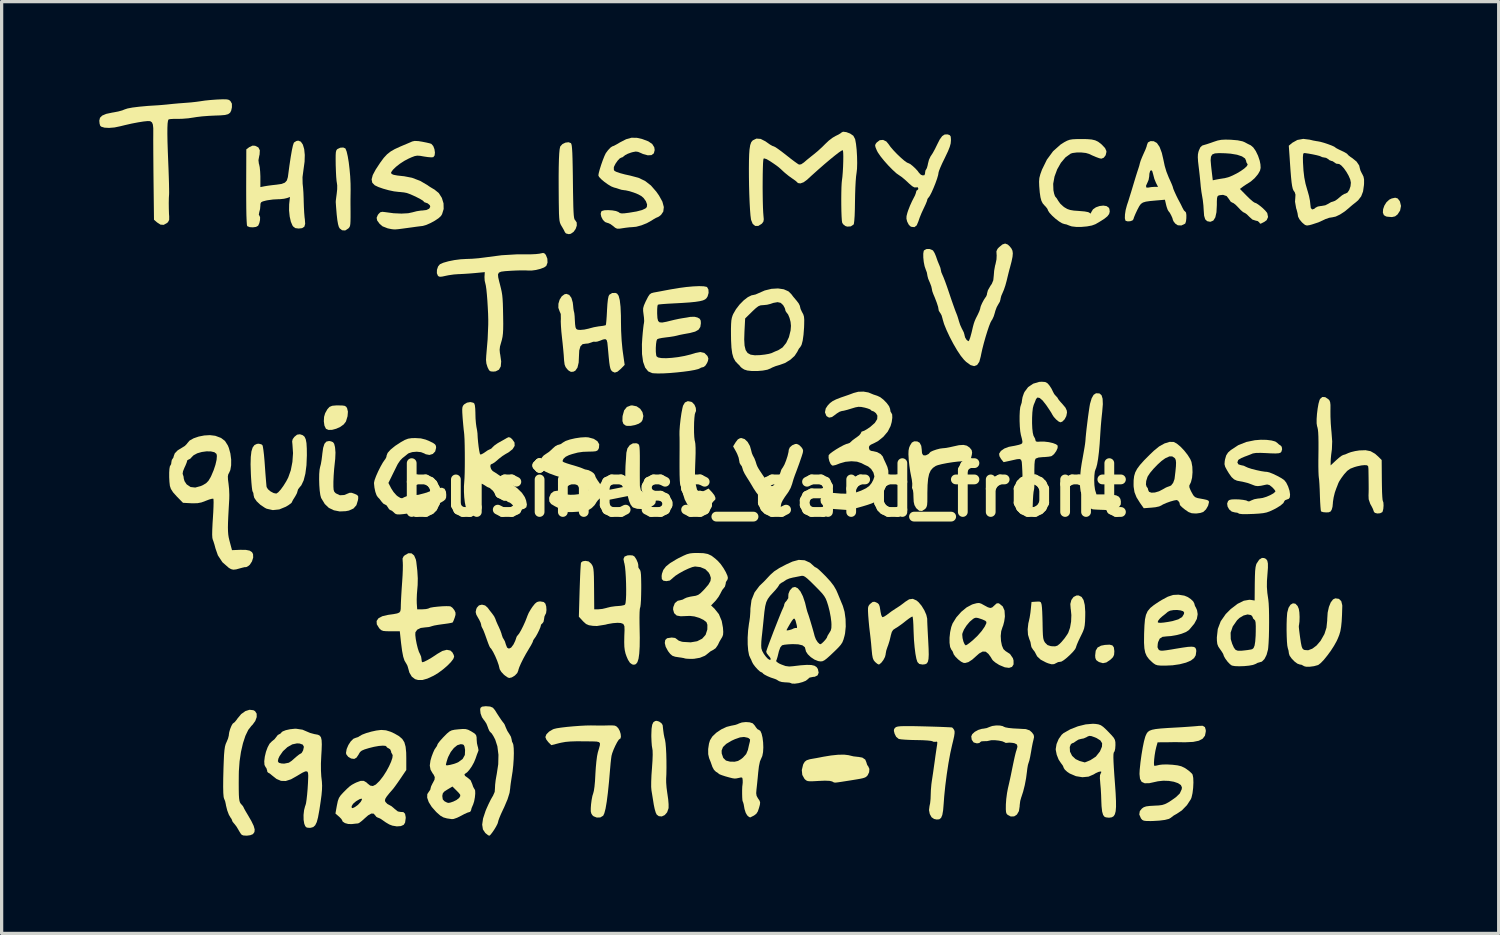
<source format=kicad_pcb>
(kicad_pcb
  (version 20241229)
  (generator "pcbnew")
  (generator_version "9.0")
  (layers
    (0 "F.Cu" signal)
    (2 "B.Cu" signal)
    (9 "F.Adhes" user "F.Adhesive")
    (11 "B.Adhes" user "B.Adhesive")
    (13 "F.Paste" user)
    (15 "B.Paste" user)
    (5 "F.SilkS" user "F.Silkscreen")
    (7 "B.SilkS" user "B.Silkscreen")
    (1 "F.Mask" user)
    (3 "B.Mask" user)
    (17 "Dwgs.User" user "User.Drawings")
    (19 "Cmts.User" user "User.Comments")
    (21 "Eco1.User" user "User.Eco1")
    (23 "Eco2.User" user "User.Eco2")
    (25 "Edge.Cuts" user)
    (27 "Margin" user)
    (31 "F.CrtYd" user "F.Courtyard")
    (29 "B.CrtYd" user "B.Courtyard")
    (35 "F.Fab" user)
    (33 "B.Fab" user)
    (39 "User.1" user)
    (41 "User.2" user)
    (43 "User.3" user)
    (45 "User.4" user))
  (footprint "business_card_front"
    (layer "F.Cu")
    (at 20.382 11.998)
    (property "Reference" "business_card_front" (at 0 0 0) (layer "F.SilkS") (effects (font (size 1.5 1.5) (thickness 0.3))))
    (attr board_only exclude_from_pos_files exclude_from_bom)
    (fp_poly (pts (xy 19.499 -8.953) (xy 19.559 -8.878) (xy 19.57 -8.857) (xy 19.603 -8.722) (xy 19.575 -8.581) (xy 19.497 -8.461) (xy 19.421 -8.402) (xy 19.324 -8.38) (xy 19.188 -8.391) (xy 19.145 -8.399) (xy 19.076 -8.44) (xy 19.046 -8.519) (xy 19.053 -8.621) (xy 19.091 -8.731) (xy 19.155 -8.834) (xy 19.242 -8.915) (xy 19.312 -8.95) (xy 19.424 -8.975)) (stroke (width 0) (type solid)) (fill yes) (layer "F.SilkS"))
    (fp_poly (pts (xy -3.877 -2.567) (xy -3.769 -2.493) (xy -3.698 -2.389) (xy -3.67 -2.269) (xy -3.695 -2.148) (xy -3.733 -2.087) (xy -3.811 -2.033) (xy -3.93 -1.991) (xy -4.061 -1.966) (xy -4.175 -1.967) (xy -4.211 -1.975) (xy -4.281 -2.024) (xy -4.313 -2.112) (xy -4.31 -2.25) (xy -4.305 -2.281) (xy -4.26 -2.443) (xy -4.176 -2.547) (xy -4.055 -2.593) (xy -4.012 -2.595)) (stroke (width 0) (type solid)) (fill yes) (layer "F.SilkS"))
    (fp_poly (pts (xy 10.737 4.776) (xy 10.782 4.837) (xy 10.796 4.944) (xy 10.797 4.968) (xy 10.789 5.067) (xy 10.756 5.138) (xy 10.682 5.211) (xy 10.668 5.223) (xy 10.551 5.301) (xy 10.448 5.323) (xy 10.338 5.292) (xy 10.304 5.275) (xy 10.24 5.227) (xy 10.213 5.161) (xy 10.208 5.085) (xy 10.225 4.939) (xy 10.282 4.842) (xy 10.388 4.785) (xy 10.508 4.762) (xy 10.649 4.754)) (stroke (width 0) (type solid)) (fill yes) (layer "F.SilkS"))
    (fp_poly (pts (xy -12.921 -2.593) (xy -12.845 -2.582) (xy -12.801 -2.556) (xy -12.771 -2.512) (xy -12.745 -2.404) (xy -12.756 -2.263) (xy -12.801 -2.115) (xy -12.808 -2.097) (xy -12.874 -2.011) (xy -12.978 -1.936) (xy -13.103 -1.879) (xy -13.229 -1.845) (xy -13.34 -1.842) (xy -13.417 -1.875) (xy -13.422 -1.881) (xy -13.467 -1.976) (xy -13.485 -2.108) (xy -13.477 -2.245) (xy -13.444 -2.356) (xy -13.376 -2.477) (xy -13.311 -2.549) (xy -13.227 -2.584) (xy -13.104 -2.595) (xy -13.047 -2.595)) (stroke (width 0) (type solid)) (fill yes) (layer "F.SilkS"))
    (fp_poly (pts (xy -5.895 -10.651) (xy -5.894 -10.65) (xy -5.881 -10.623) (xy -5.869 -10.569) (xy -5.86 -10.48) (xy -5.852 -10.351) (xy -5.846 -10.175) (xy -5.841 -9.946) (xy -5.836 -9.657) (xy -5.834 -9.465) (xy -5.83 -9.149) (xy -5.825 -8.897) (xy -5.821 -8.699) (xy -5.815 -8.55) (xy -5.808 -8.441) (xy -5.799 -8.367) (xy -5.788 -8.321) (xy -5.774 -8.294) (xy -5.765 -8.286) (xy -5.717 -8.214) (xy -5.715 -8.117) (xy -5.75 -8.015) (xy -5.814 -7.925) (xy -5.899 -7.867) (xy -5.96 -7.855) (xy -6.047 -7.877) (xy -6.08 -7.916) (xy -6.112 -7.983) (xy -6.165 -8.076) (xy -6.182 -8.103) (xy -6.21 -8.153) (xy -6.231 -8.206) (xy -6.246 -8.272) (xy -6.255 -8.365) (xy -6.262 -8.494) (xy -6.265 -8.672) (xy -6.268 -8.847) (xy -6.271 -9.271) (xy -6.272 -9.628) (xy -6.269 -9.923) (xy -6.263 -10.158) (xy -6.254 -10.337) (xy -6.242 -10.462) (xy -6.226 -10.538) (xy -6.22 -10.552) (xy -6.156 -10.622) (xy -6.063 -10.667) (xy -5.967 -10.679)) (stroke (width 0) (type solid)) (fill yes) (layer "F.SilkS"))
    (fp_poly (pts (xy -12.825 -10.489) (xy -12.819 -10.481) (xy -12.784 -10.393) (xy -12.751 -10.25) (xy -12.72 -10.066) (xy -12.695 -9.855) (xy -12.675 -9.632) (xy -12.664 -9.41) (xy -12.662 -9.222) (xy -12.664 -9.065) (xy -12.666 -8.913) (xy -12.666 -8.796) (xy -12.666 -8.79) (xy -12.664 -8.556) (xy -12.664 -8.381) (xy -12.666 -8.255) (xy -12.671 -8.17) (xy -12.68 -8.113) (xy -12.694 -8.077) (xy -12.713 -8.05) (xy -12.733 -8.03) (xy -12.829 -7.968) (xy -12.924 -7.975) (xy -12.995 -8.029) (xy -13.024 -8.078) (xy -13.048 -8.162) (xy -13.07 -8.287) (xy -13.09 -8.463) (xy -13.109 -8.696) (xy -13.119 -8.842) (xy -13.116 -8.892) (xy -13.104 -8.988) (xy -13.089 -9.1) (xy -13.075 -9.234) (xy -13.074 -9.353) (xy -13.083 -9.421) (xy -13.094 -9.492) (xy -13.105 -9.615) (xy -13.113 -9.774) (xy -13.119 -9.952) (xy -13.12 -9.971) (xy -13.122 -10.158) (xy -13.121 -10.288) (xy -13.115 -10.373) (xy -13.102 -10.426) (xy -13.081 -10.458) (xy -13.063 -10.472) (xy -12.978 -10.511) (xy -12.888 -10.517)) (stroke (width 0) (type solid)) (fill yes) (layer "F.SilkS"))
    (fp_poly (pts (xy -3.834 -1.414) (xy -3.813 -1.396) (xy -3.797 -1.361) (xy -3.787 -1.298) (xy -3.781 -1.198) (xy -3.778 -1.052) (xy -3.778 -0.847) (xy -3.778 -0.804) (xy -3.779 -0.602) (xy -3.779 -0.417) (xy -3.778 -0.263) (xy -3.777 -0.154) (xy -3.776 -0.115) (xy -3.747 0.008) (xy -3.674 0.079) (xy -3.561 0.095) (xy -3.54 0.092) (xy -3.423 0.103) (xy -3.336 0.169) (xy -3.291 0.28) (xy -3.287 0.329) (xy -3.299 0.406) (xy -3.344 0.463) (xy -3.422 0.513) (xy -3.558 0.565) (xy -3.713 0.588) (xy -3.862 0.581) (xy -3.98 0.543) (xy -4.004 0.527) (xy -4.06 0.454) (xy -4.108 0.341) (xy -4.121 0.294) (xy -4.15 0.187) (xy -4.179 0.107) (xy -4.192 0.084) (xy -4.205 0.032) (xy -4.215 -0.073) (xy -4.222 -0.217) (xy -4.225 -0.385) (xy -4.224 -0.561) (xy -4.219 -0.73) (xy -4.214 -0.813) (xy -4.204 -0.95) (xy -4.196 -1.079) (xy -4.192 -1.142) (xy -4.16 -1.274) (xy -4.088 -1.374) (xy -3.991 -1.43) (xy -3.881 -1.432)) (stroke (width 0) (type solid)) (fill yes) (layer "F.SilkS"))
    (fp_poly (pts (xy -3.186 7.116) (xy -3.115 7.166) (xy -3.078 7.223) (xy -3.077 7.226) (xy -3.059 7.389) (xy -3.043 7.506) (xy -3.024 7.602) (xy -3.004 7.68) (xy -2.989 7.776) (xy -2.976 7.926) (xy -2.966 8.112) (xy -2.961 8.32) (xy -2.96 8.532) (xy -2.963 8.734) (xy -2.97 8.876) (xy -2.969 8.993) (xy -2.957 9.148) (xy -2.935 9.314) (xy -2.929 9.353) (xy -2.907 9.508) (xy -2.895 9.652) (xy -2.895 9.762) (xy -2.898 9.785) (xy -2.94 9.904) (xy -3.014 9.989) (xy -3.104 10.031) (xy -3.196 10.022) (xy -3.259 9.975) (xy -3.29 9.912) (xy -3.322 9.803) (xy -3.35 9.67) (xy -3.352 9.655) (xy -3.377 9.499) (xy -3.402 9.345) (xy -3.421 9.229) (xy -3.43 9.122) (xy -3.429 8.961) (xy -3.421 8.763) (xy -3.406 8.559) (xy -3.39 8.326) (xy -3.383 8.138) (xy -3.386 8.005) (xy -3.395 7.947) (xy -3.409 7.863) (xy -3.419 7.733) (xy -3.425 7.581) (xy -3.425 7.527) (xy -3.418 7.339) (xy -3.398 7.211) (xy -3.36 7.133) (xy -3.301 7.098) (xy -3.26 7.094)) (stroke (width 0) (type solid)) (fill yes) (layer "F.SilkS"))
    (fp_poly (pts (xy 2.641 8.15) (xy 2.665 8.157) (xy 2.784 8.185) (xy 2.914 8.2) (xy 2.927 8.2) (xy 3.056 8.223) (xy 3.146 8.284) (xy 3.183 8.373) (xy 3.184 8.383) (xy 3.207 8.451) (xy 3.238 8.493) (xy 3.273 8.572) (xy 3.265 8.673) (xy 3.219 8.768) (xy 3.19 8.799) (xy 3.163 8.821) (xy 3.128 8.838) (xy 3.076 8.855) (xy 2.994 8.873) (xy 2.873 8.894) (xy 2.702 8.922) (xy 2.561 8.944) (xy 2.402 8.969) (xy 2.298 8.984) (xy 2.233 8.991) (xy 2.195 8.989) (xy 2.168 8.979) (xy 2.138 8.961) (xy 2.131 8.957) (xy 2.053 8.938) (xy 1.907 8.932) (xy 1.713 8.94) (xy 1.553 8.949) (xy 1.447 8.951) (xy 1.379 8.944) (xy 1.334 8.925) (xy 1.295 8.892) (xy 1.278 8.874) (xy 1.212 8.755) (xy 1.197 8.606) (xy 1.236 8.443) (xy 1.246 8.419) (xy 1.288 8.35) (xy 1.348 8.304) (xy 1.446 8.273) (xy 1.575 8.25) (xy 1.645 8.238) (xy 1.756 8.217) (xy 1.851 8.198) (xy 2.095 8.158) (xy 2.317 8.135) (xy 2.504 8.133)) (stroke (width 0) (type solid)) (fill yes) (layer "F.SilkS"))
    (fp_poly (pts (xy -13.263 -1.491) (xy -13.203 -1.465) (xy -13.167 -1.415) (xy -13.143 -1.32) (xy -13.139 -1.295) (xy -13.127 -1.145) (xy -13.135 -0.954) (xy -13.148 -0.831) (xy -13.168 -0.644) (xy -13.183 -0.435) (xy -13.191 -0.249) (xy -13.191 -0.246) (xy -13.191 -0.102) (xy -13.185 -0.01) (xy -13.169 0.047) (xy -13.138 0.086) (xy -13.112 0.108) (xy -12.991 0.165) (xy -12.857 0.157) (xy -12.768 0.12) (xy -12.692 0.089) (xy -12.627 0.09) (xy -12.54 0.121) (xy -12.462 0.157) (xy -12.43 0.197) (xy -12.429 0.266) (xy -12.438 0.32) (xy -12.484 0.47) (xy -12.574 0.572) (xy -12.714 0.635) (xy -12.813 0.654) (xy -12.997 0.662) (xy -13.17 0.628) (xy -13.18 0.625) (xy -13.332 0.552) (xy -13.456 0.433) (xy -13.563 0.256) (xy -13.57 0.242) (xy -13.593 0.156) (xy -13.612 0.02) (xy -13.624 -0.145) (xy -13.629 -0.32) (xy -13.627 -0.484) (xy -13.616 -0.619) (xy -13.6 -0.7) (xy -13.577 -0.788) (xy -13.554 -0.92) (xy -13.535 -1.071) (xy -13.532 -1.105) (xy -13.506 -1.291) (xy -13.466 -1.416) (xy -13.406 -1.484) (xy -13.323 -1.502)) (stroke (width 0) (type solid)) (fill yes) (layer "F.SilkS"))
    (fp_poly (pts (xy 4.519 7.256) (xy 4.63 7.257) (xy 4.817 7.261) (xy 5.019 7.266) (xy 5.224 7.272) (xy 5.417 7.278) (xy 5.586 7.285) (xy 5.717 7.291) (xy 5.798 7.296) (xy 5.814 7.298) (xy 5.844 7.327) (xy 5.873 7.368) (xy 5.889 7.41) (xy 5.89 7.473) (xy 5.876 7.57) (xy 5.844 7.713) (xy 5.814 7.835) (xy 5.757 8.093) (xy 5.701 8.4) (xy 5.65 8.735) (xy 5.606 9.077) (xy 5.572 9.407) (xy 5.555 9.637) (xy 5.538 9.842) (xy 5.513 9.985) (xy 5.475 10.075) (xy 5.419 10.119) (xy 5.34 10.125) (xy 5.26 10.108) (xy 5.183 10.055) (xy 5.128 9.956) (xy 5.104 9.836) (xy 5.119 9.717) (xy 5.12 9.712) (xy 5.139 9.623) (xy 5.152 9.495) (xy 5.156 9.385) (xy 5.162 9.222) (xy 5.177 9.045) (xy 5.19 8.949) (xy 5.209 8.825) (xy 5.234 8.658) (xy 5.26 8.471) (xy 5.279 8.34) (xy 5.302 8.169) (xy 5.325 8.013) (xy 5.343 7.891) (xy 5.353 7.829) (xy 5.36 7.754) (xy 5.343 7.731) (xy 5.315 7.738) (xy 5.244 7.738) (xy 5.216 7.724) (xy 5.167 7.71) (xy 5.061 7.698) (xy 4.914 7.689) (xy 4.739 7.685) (xy 4.715 7.685) (xy 4.537 7.681) (xy 4.377 7.673) (xy 4.253 7.663) (xy 4.179 7.651) (xy 4.174 7.649) (xy 4.096 7.586) (xy 4.048 7.491) (xy 4.025 7.401) (xy 4.033 7.346) (xy 4.063 7.307) (xy 4.095 7.284) (xy 4.146 7.269) (xy 4.225 7.26) (xy 4.346 7.256)) (stroke (width 0) (type solid)) (fill yes) (layer "F.SilkS"))
    (fp_poly (pts (xy 10.328 -2.964) (xy 10.346 -2.959) (xy 10.404 -2.908) (xy 10.437 -2.8) (xy 10.444 -2.632) (xy 10.425 -2.401) (xy 10.422 -2.372) (xy 10.403 -2.195) (xy 10.384 -1.983) (xy 10.369 -1.771) (xy 10.363 -1.678) (xy 10.346 -1.409) (xy 10.324 -1.164) (xy 10.298 -0.953) (xy 10.269 -0.787) (xy 10.239 -0.675) (xy 10.223 -0.64) (xy 10.198 -0.564) (xy 10.184 -0.442) (xy 10.179 -0.295) (xy 10.185 -0.147) (xy 10.202 -0.019) (xy 10.213 0.026) (xy 10.248 0.138) (xy 10.531 0.139) (xy 10.722 0.146) (xy 10.855 0.168) (xy 10.938 0.211) (xy 10.983 0.279) (xy 10.998 0.352) (xy 10.995 0.446) (xy 10.955 0.511) (xy 10.905 0.55) (xy 10.842 0.588) (xy 10.77 0.609) (xy 10.67 0.617) (xy 10.521 0.617) (xy 10.514 0.616) (xy 10.366 0.611) (xy 10.235 0.605) (xy 10.143 0.598) (xy 10.13 0.596) (xy 10.049 0.561) (xy 9.961 0.486) (xy 9.883 0.392) (xy 9.832 0.299) (xy 9.822 0.236) (xy 9.811 0.154) (xy 9.79 0.118) (xy 9.762 0.045) (xy 9.746 -0.082) (xy 9.742 -0.248) (xy 9.749 -0.439) (xy 9.768 -0.64) (xy 9.794 -0.813) (xy 9.834 -1.034) (xy 9.863 -1.199) (xy 9.884 -1.321) (xy 9.898 -1.414) (xy 9.907 -1.489) (xy 9.913 -1.56) (xy 9.915 -1.592) (xy 9.926 -1.71) (xy 9.943 -1.869) (xy 9.965 -2.049) (xy 9.988 -2.234) (xy 10.012 -2.405) (xy 10.033 -2.546) (xy 10.049 -2.638) (xy 10.051 -2.647) (xy 10.101 -2.815) (xy 10.161 -2.92) (xy 10.234 -2.968)) (stroke (width 0) (type solid)) (fill yes) (layer "F.SilkS"))
    (fp_poly (pts (xy -2.197 -2.705) (xy -2.166 -2.687) (xy -2.099 -2.615) (xy -2.059 -2.519) (xy -2.052 -2.425) (xy -2.073 -2.375) (xy -2.09 -2.32) (xy -2.102 -2.214) (xy -2.111 -2.074) (xy -2.114 -1.918) (xy -2.113 -1.762) (xy -2.106 -1.624) (xy -2.094 -1.522) (xy -2.085 -1.488) (xy -2.073 -1.418) (xy -2.066 -1.295) (xy -2.065 -1.134) (xy -2.07 -0.969) (xy -2.078 -0.751) (xy -2.083 -0.588) (xy -2.084 -0.464) (xy -2.081 -0.367) (xy -2.074 -0.28) (xy -2.062 -0.189) (xy -2.054 -0.139) (xy -2.022 -0.009) (xy -1.972 0.058) (xy -1.894 0.065) (xy -1.781 0.019) (xy -1.778 0.018) (xy -1.668 -0.042) (xy -1.561 0.071) (xy -1.488 0.165) (xy -1.454 0.249) (xy -1.464 0.306) (xy -1.481 0.317) (xy -1.516 0.351) (xy -1.571 0.42) (xy -1.587 0.441) (xy -1.663 0.524) (xy -1.748 0.553) (xy -1.767 0.554) (xy -1.864 0.575) (xy -1.932 0.617) (xy -1.985 0.656) (xy -2.047 0.659) (xy -2.112 0.64) (xy -2.218 0.572) (xy -2.317 0.451) (xy -2.4 0.292) (xy -2.455 0.112) (xy -2.459 0.094) (xy -2.485 -0.015) (xy -2.514 -0.099) (xy -2.528 -0.123) (xy -2.541 -0.175) (xy -2.551 -0.291) (xy -2.557 -0.467) (xy -2.559 -0.698) (xy -2.559 -0.871) (xy -2.558 -1.091) (xy -2.557 -1.294) (xy -2.557 -1.467) (xy -2.558 -1.597) (xy -2.56 -1.672) (xy -2.561 -1.678) (xy -2.56 -1.807) (xy -2.548 -1.979) (xy -2.527 -2.17) (xy -2.5 -2.358) (xy -2.469 -2.516) (xy -2.451 -2.587) (xy -2.393 -2.685) (xy -2.304 -2.726)) (stroke (width 0) (type solid)) (fill yes) (layer "F.SilkS"))
    (fp_poly (pts (xy 17.696 3.347) (xy 17.768 3.419) (xy 17.798 3.54) (xy 17.799 3.574) (xy 17.791 3.836) (xy 17.78 4.043) (xy 17.763 4.206) (xy 17.74 4.34) (xy 17.706 4.456) (xy 17.661 4.568) (xy 17.624 4.648) (xy 17.544 4.791) (xy 17.446 4.943) (xy 17.337 5.091) (xy 17.231 5.222) (xy 17.135 5.321) (xy 17.062 5.377) (xy 17.053 5.381) (xy 16.93 5.415) (xy 16.802 5.432) (xy 16.693 5.433) (xy 16.623 5.415) (xy 16.616 5.409) (xy 16.548 5.372) (xy 16.495 5.364) (xy 16.42 5.337) (xy 16.33 5.27) (xy 16.244 5.181) (xy 16.181 5.092) (xy 16.16 5.027) (xy 16.148 4.938) (xy 16.125 4.859) (xy 16.11 4.785) (xy 16.099 4.658) (xy 16.092 4.495) (xy 16.088 4.312) (xy 16.089 4.127) (xy 16.094 3.955) (xy 16.104 3.814) (xy 16.109 3.766) (xy 16.148 3.622) (xy 16.209 3.527) (xy 16.283 3.484) (xy 16.358 3.496) (xy 16.426 3.566) (xy 16.464 3.657) (xy 16.481 3.763) (xy 16.488 3.902) (xy 16.484 4.045) (xy 16.469 4.158) (xy 16.464 4.177) (xy 16.465 4.221) (xy 16.475 4.317) (xy 16.492 4.45) (xy 16.505 4.545) (xy 16.529 4.703) (xy 16.55 4.805) (xy 16.573 4.867) (xy 16.603 4.9) (xy 16.639 4.918) (xy 16.751 4.926) (xy 16.878 4.878) (xy 17.007 4.782) (xy 17.125 4.645) (xy 17.139 4.624) (xy 17.251 4.427) (xy 17.313 4.233) (xy 17.336 4.013) (xy 17.337 3.965) (xy 17.35 3.769) (xy 17.388 3.596) (xy 17.444 3.457) (xy 17.514 3.365) (xy 17.585 3.331)) (stroke (width 0) (type solid)) (fill yes) (layer "F.SilkS"))
    (fp_poly (pts (xy 4.741 -1.49) (xy 4.817 -1.448) (xy 4.866 -1.354) (xy 4.88 -1.248) (xy 4.89 -1.127) (xy 4.924 -1.066) (xy 4.987 -1.058) (xy 5.029 -1.071) (xy 5.096 -1.106) (xy 5.122 -1.138) (xy 5.152 -1.168) (xy 5.229 -1.204) (xy 5.333 -1.24) (xy 5.441 -1.268) (xy 5.533 -1.28) (xy 5.541 -1.28) (xy 5.628 -1.289) (xy 5.749 -1.312) (xy 5.837 -1.332) (xy 6.024 -1.373) (xy 6.163 -1.382) (xy 6.267 -1.358) (xy 6.351 -1.3) (xy 6.355 -1.296) (xy 6.414 -1.223) (xy 6.429 -1.148) (xy 6.42 -1.079) (xy 6.394 -0.977) (xy 6.352 -0.918) (xy 6.278 -0.889) (xy 6.154 -0.879) (xy 6.132 -0.879) (xy 5.993 -0.87) (xy 5.828 -0.85) (xy 5.657 -0.823) (xy 5.5 -0.792) (xy 5.375 -0.76) (xy 5.312 -0.736) (xy 5.223 -0.675) (xy 5.156 -0.596) (xy 5.108 -0.489) (xy 5.077 -0.344) (xy 5.06 -0.153) (xy 5.054 0.094) (xy 5.054 0.214) (xy 5.053 0.365) (xy 5.046 0.464) (xy 5.028 0.528) (xy 4.996 0.575) (xy 4.985 0.586) (xy 4.891 0.648) (xy 4.802 0.641) (xy 4.715 0.565) (xy 4.704 0.55) (xy 4.657 0.466) (xy 4.634 0.365) (xy 4.627 0.223) (xy 4.627 0.22) (xy 4.623 0.103) (xy 4.612 0.016) (xy 4.598 -0.02) (xy 4.582 -0.064) (xy 4.588 -0.119) (xy 4.59 -0.194) (xy 4.577 -0.309) (xy 4.555 -0.42) (xy 4.527 -0.565) (xy 4.501 -0.744) (xy 4.482 -0.919) (xy 4.481 -0.936) (xy 4.472 -1.096) (xy 4.476 -1.209) (xy 4.493 -1.294) (xy 4.52 -1.36) (xy 4.577 -1.453) (xy 4.647 -1.491)) (stroke (width 0) (type solid)) (fill yes) (layer "F.SilkS"))
    (fp_poly (pts (xy -14.208 -1.705) (xy -14.133 -1.68) (xy -14.078 -1.634) (xy -14.041 -1.556) (xy -14.018 -1.438) (xy -14.008 -1.268) (xy -14.006 -1.062) (xy -14.018 -0.757) (xy -14.052 -0.498) (xy -14.105 -0.291) (xy -14.176 -0.141) (xy -14.224 -0.085) (xy -14.276 -0.017) (xy -14.292 0.035) (xy -14.31 0.099) (xy -14.357 0.188) (xy -14.378 0.222) (xy -14.431 0.306) (xy -14.462 0.367) (xy -14.465 0.38) (xy -14.493 0.412) (xy -14.565 0.464) (xy -14.651 0.517) (xy -14.853 0.6) (xy -15.053 0.621) (xy -15.239 0.579) (xy -15.292 0.553) (xy -15.435 0.457) (xy -15.549 0.349) (xy -15.622 0.243) (xy -15.641 0.168) (xy -15.651 0.092) (xy -15.671 0.055) (xy -15.683 0.016) (xy -15.696 -0.081) (xy -15.709 -0.221) (xy -15.721 -0.394) (xy -15.726 -0.496) (xy -15.735 -0.785) (xy -15.729 -1.011) (xy -15.709 -1.182) (xy -15.672 -1.301) (xy -15.616 -1.377) (xy -15.54 -1.413) (xy -15.483 -1.419) (xy -15.406 -1.4) (xy -15.371 -1.375) (xy -15.357 -1.327) (xy -15.341 -1.223) (xy -15.323 -1.074) (xy -15.307 -0.893) (xy -15.296 -0.743) (xy -15.282 -0.544) (xy -15.268 -0.366) (xy -15.256 -0.22) (xy -15.247 -0.122) (xy -15.242 -0.087) (xy -15.2 -0.019) (xy -15.119 0.049) (xy -15.025 0.098) (xy -14.946 0.113) (xy -14.942 0.112) (xy -14.885 0.074) (xy -14.808 -0.011) (xy -14.723 -0.129) (xy -14.639 -0.264) (xy -14.578 -0.381) (xy -14.5 -0.601) (xy -14.45 -0.859) (xy -14.431 -1.128) (xy -14.448 -1.381) (xy -14.448 -1.384) (xy -14.458 -1.489) (xy -14.441 -1.56) (xy -14.391 -1.627) (xy -14.387 -1.631) (xy -14.307 -1.696) (xy -14.226 -1.708)) (stroke (width 0) (type solid)) (fill yes) (layer "F.SilkS"))
    (fp_poly (pts (xy -15.648 6.768) (xy -15.598 6.796) (xy -15.548 6.873) (xy -15.547 6.979) (xy -15.591 7.099) (xy -15.676 7.216) (xy -15.709 7.248) (xy -15.806 7.372) (xy -15.894 7.554) (xy -15.969 7.783) (xy -16.03 8.048) (xy -16.073 8.338) (xy -16.095 8.643) (xy -16.097 8.747) (xy -16.099 9.01) (xy -16.098 9.212) (xy -16.095 9.363) (xy -16.088 9.472) (xy -16.077 9.548) (xy -16.061 9.6) (xy -16.039 9.636) (xy -16.022 9.655) (xy -15.972 9.712) (xy -15.953 9.745) (xy -15.936 9.783) (xy -15.892 9.863) (xy -15.829 9.969) (xy -15.823 9.979) (xy -15.711 10.172) (xy -15.64 10.319) (xy -15.609 10.429) (xy -15.616 10.509) (xy -15.658 10.568) (xy -15.667 10.576) (xy -15.744 10.607) (xy -15.849 10.621) (xy -15.95 10.616) (xy -16.005 10.597) (xy -16.042 10.552) (xy -16.092 10.471) (xy -16.109 10.44) (xy -16.167 10.343) (xy -16.226 10.266) (xy -16.238 10.253) (xy -16.286 10.196) (xy -16.299 10.163) (xy -16.319 10.11) (xy -16.346 10.073) (xy -16.401 9.98) (xy -16.452 9.845) (xy -16.49 9.694) (xy -16.496 9.655) (xy -16.517 9.562) (xy -16.543 9.498) (xy -16.546 9.494) (xy -16.562 9.436) (xy -16.573 9.31) (xy -16.577 9.119) (xy -16.575 8.864) (xy -16.567 8.547) (xy -16.56 8.36) (xy -16.551 8.151) (xy -16.538 7.999) (xy -16.522 7.888) (xy -16.499 7.805) (xy -16.472 7.744) (xy -16.428 7.64) (xy -16.404 7.546) (xy -16.403 7.526) (xy -16.391 7.444) (xy -16.362 7.344) (xy -16.324 7.25) (xy -16.285 7.182) (xy -16.261 7.163) (xy -16.226 7.137) (xy -16.17 7.07) (xy -16.139 7.025) (xy -16.024 6.887) (xy -15.895 6.795) (xy -15.766 6.754)) (stroke (width 0) (type solid)) (fill yes) (layer "F.SilkS"))
    (fp_poly (pts (xy -8.376 6.655) (xy -8.291 6.691) (xy -8.23 6.764) (xy -8.224 6.773) (xy -8.168 6.864) (xy -8.101 6.967) (xy -8.036 7.064) (xy -7.983 7.136) (xy -7.96 7.163) (xy -7.933 7.205) (xy -7.901 7.284) (xy -7.897 7.295) (xy -7.847 7.405) (xy -7.787 7.498) (xy -7.737 7.584) (xy -7.717 7.663) (xy -7.703 7.738) (xy -7.684 7.771) (xy -7.664 7.828) (xy -7.652 7.939) (xy -7.648 8.09) (xy -7.653 8.268) (xy -7.666 8.457) (xy -7.686 8.643) (xy -7.701 8.738) (xy -7.725 8.892) (xy -7.745 9.026) (xy -7.757 9.121) (xy -7.759 9.153) (xy -7.78 9.306) (xy -7.841 9.502) (xy -7.944 9.745) (xy -7.979 9.818) (xy -8.044 9.958) (xy -8.095 10.08) (xy -8.126 10.168) (xy -8.132 10.199) (xy -8.15 10.256) (xy -8.195 10.344) (xy -8.255 10.443) (xy -8.319 10.535) (xy -8.374 10.602) (xy -8.405 10.624) (xy -8.447 10.602) (xy -8.513 10.549) (xy -8.525 10.539) (xy -8.598 10.43) (xy -8.621 10.282) (xy -8.594 10.094) (xy -8.517 9.861) (xy -8.49 9.795) (xy -8.425 9.651) (xy -8.361 9.521) (xy -8.308 9.426) (xy -8.292 9.403) (xy -8.236 9.276) (xy -8.228 9.161) (xy -8.223 9.055) (xy -8.206 8.911) (xy -8.179 8.758) (xy -8.175 8.738) (xy -8.128 8.43) (xy -8.121 8.138) (xy -8.154 7.876) (xy -8.22 7.671) (xy -8.276 7.563) (xy -8.327 7.483) (xy -8.36 7.451) (xy -8.398 7.409) (xy -8.436 7.325) (xy -8.447 7.29) (xy -8.491 7.18) (xy -8.552 7.087) (xy -8.566 7.073) (xy -8.628 6.983) (xy -8.671 6.865) (xy -8.683 6.75) (xy -8.673 6.696) (xy -8.625 6.658) (xy -8.515 6.645) (xy -8.505 6.645)) (stroke (width 0) (type solid)) (fill yes) (layer "F.SilkS"))
    (fp_poly (pts (xy 9.704 3.244) (xy 9.791 3.288) (xy 9.852 3.383) (xy 9.889 3.535) (xy 9.904 3.747) (xy 9.903 3.871) (xy 9.898 4.039) (xy 9.887 4.161) (xy 9.868 4.258) (xy 9.833 4.353) (xy 9.778 4.469) (xy 9.757 4.511) (xy 9.695 4.64) (xy 9.648 4.749) (xy 9.623 4.821) (xy 9.62 4.835) (xy 9.595 4.889) (xy 9.531 4.969) (xy 9.442 5.061) (xy 9.343 5.152) (xy 9.249 5.227) (xy 9.176 5.272) (xy 9.146 5.279) (xy 9.069 5.29) (xy 9.016 5.317) (xy 8.946 5.352) (xy 8.871 5.357) (xy 8.769 5.329) (xy 8.698 5.301) (xy 8.534 5.215) (xy 8.426 5.114) (xy 8.389 5.044) (xy 8.348 4.967) (xy 8.302 4.91) (xy 8.251 4.83) (xy 8.236 4.762) (xy 8.22 4.671) (xy 8.184 4.58) (xy 8.145 4.45) (xy 8.135 4.282) (xy 8.155 4.101) (xy 8.172 4.031) (xy 8.196 3.92) (xy 8.219 3.776) (xy 8.231 3.668) (xy 8.253 3.443) (xy 8.398 3.433) (xy 8.491 3.43) (xy 8.536 3.448) (xy 8.558 3.501) (xy 8.565 3.538) (xy 8.574 3.615) (xy 8.582 3.745) (xy 8.588 3.91) (xy 8.593 4.093) (xy 8.593 4.125) (xy 8.597 4.319) (xy 8.603 4.458) (xy 8.613 4.553) (xy 8.63 4.619) (xy 8.654 4.669) (xy 8.672 4.695) (xy 8.744 4.766) (xy 8.84 4.798) (xy 8.892 4.804) (xy 8.982 4.805) (xy 9.049 4.784) (xy 9.118 4.729) (xy 9.174 4.672) (xy 9.267 4.561) (xy 9.352 4.439) (xy 9.383 4.385) (xy 9.436 4.234) (xy 9.469 4.045) (xy 9.477 3.846) (xy 9.46 3.668) (xy 9.456 3.649) (xy 9.445 3.505) (xy 9.477 3.381) (xy 9.544 3.289) (xy 9.637 3.243)) (stroke (width 0) (type solid)) (fill yes) (layer "F.SilkS"))
    (fp_poly (pts (xy -4.548 7.241) (xy -4.496 7.265) (xy -4.451 7.31) (xy -4.438 7.325) (xy -4.395 7.404) (xy -4.367 7.496) (xy -4.359 7.581) (xy -4.373 7.637) (xy -4.394 7.648) (xy -4.428 7.677) (xy -4.477 7.754) (xy -4.532 7.86) (xy -4.585 7.978) (xy -4.627 8.09) (xy -4.648 8.169) (xy -4.661 8.262) (xy -4.676 8.396) (xy -4.689 8.546) (xy -4.691 8.565) (xy -4.725 8.965) (xy -4.76 9.304) (xy -4.795 9.579) (xy -4.831 9.789) (xy -4.868 9.932) (xy -4.904 10.009) (xy -4.905 10.009) (xy -4.992 10.061) (xy -5.101 10.065) (xy -5.201 10.025) (xy -5.237 9.992) (xy -5.269 9.94) (xy -5.285 9.875) (xy -5.285 9.778) (xy -5.277 9.663) (xy -5.259 9.523) (xy -5.235 9.399) (xy -5.209 9.317) (xy -5.209 9.317) (xy -5.19 9.243) (xy -5.171 9.114) (xy -5.155 8.943) (xy -5.144 8.743) (xy -5.144 8.738) (xy -5.131 8.534) (xy -5.113 8.341) (xy -5.092 8.179) (xy -5.069 8.066) (xy -5.068 8.063) (xy -5.03 7.933) (xy -5.005 7.842) (xy -5.003 7.783) (xy -5.033 7.748) (xy -5.103 7.731) (xy -5.22 7.726) (xy -5.395 7.724) (xy -5.491 7.723) (xy -5.727 7.722) (xy -5.91 7.728) (xy -6.058 7.741) (xy -6.188 7.764) (xy -6.251 7.778) (xy -6.497 7.841) (xy -6.588 7.75) (xy -6.649 7.672) (xy -6.678 7.598) (xy -6.679 7.59) (xy -6.648 7.508) (xy -6.566 7.425) (xy -6.449 7.356) (xy -6.419 7.344) (xy -6.334 7.323) (xy -6.197 7.302) (xy -6.022 7.281) (xy -5.827 7.263) (xy -5.628 7.248) (xy -5.44 7.238) (xy -5.28 7.235) (xy -5.225 7.236) (xy -5.063 7.238) (xy -4.88 7.238) (xy -4.758 7.235) (xy -4.629 7.234)) (stroke (width 0) (type solid)) (fill yes) (layer "F.SilkS"))
    (fp_poly (pts (xy 7.281 7.238) (xy 7.371 7.257) (xy 7.398 7.273) (xy 7.45 7.294) (xy 7.551 7.313) (xy 7.682 7.326) (xy 7.707 7.328) (xy 7.852 7.335) (xy 7.983 7.343) (xy 8.074 7.347) (xy 8.08 7.348) (xy 8.195 7.387) (xy 8.267 7.451) (xy 8.32 7.525) (xy 8.331 7.592) (xy 8.313 7.676) (xy 8.289 7.775) (xy 8.262 7.913) (xy 8.237 8.06) (xy 8.236 8.063) (xy 8.212 8.197) (xy 8.187 8.31) (xy 8.165 8.379) (xy 8.163 8.383) (xy 8.143 8.449) (xy 8.124 8.558) (xy 8.112 8.66) (xy 8.086 8.858) (xy 8.046 9.069) (xy 7.996 9.268) (xy 7.944 9.428) (xy 7.938 9.443) (xy 7.907 9.553) (xy 7.89 9.684) (xy 7.889 9.72) (xy 7.866 9.867) (xy 7.805 9.973) (xy 7.718 10.03) (xy 7.613 10.031) (xy 7.525 9.986) (xy 7.49 9.952) (xy 7.471 9.9) (xy 7.464 9.814) (xy 7.465 9.677) (xy 7.465 9.666) (xy 7.477 9.495) (xy 7.501 9.313) (xy 7.528 9.17) (xy 7.563 9.019) (xy 7.597 8.865) (xy 7.617 8.772) (xy 7.668 8.521) (xy 7.708 8.329) (xy 7.739 8.188) (xy 7.763 8.089) (xy 7.781 8.024) (xy 7.79 8.001) (xy 7.821 7.89) (xy 7.806 7.822) (xy 7.736 7.784) (xy 7.68 7.772) (xy 7.584 7.763) (xy 7.516 7.767) (xy 7.506 7.771) (xy 7.454 7.77) (xy 7.425 7.753) (xy 7.356 7.723) (xy 7.247 7.701) (xy 7.124 7.688) (xy 7.017 7.689) (xy 6.966 7.7) (xy 6.888 7.717) (xy 6.791 7.719) (xy 6.715 7.724) (xy 6.679 7.746) (xy 6.679 7.749) (xy 6.649 7.775) (xy 6.576 7.786) (xy 6.576 7.786) (xy 6.476 7.758) (xy 6.417 7.675) (xy 6.402 7.572) (xy 6.433 7.502) (xy 6.511 7.431) (xy 6.617 7.373) (xy 6.73 7.339) (xy 6.772 7.335) (xy 6.878 7.316) (xy 6.956 7.284) (xy 7.047 7.252) (xy 7.165 7.236)) (stroke (width 0) (type solid)) (fill yes) (layer "F.SilkS"))
    (fp_poly (pts (xy -0.558 -1.56) (xy -0.467 -1.473) (xy -0.396 -1.348) (xy -0.362 -1.228) (xy -0.336 -1.126) (xy -0.303 -1.049) (xy -0.296 -1.038) (xy -0.26 -0.972) (xy -0.222 -0.874) (xy -0.214 -0.848) (xy -0.194 -0.783) (xy -0.171 -0.725) (xy -0.137 -0.661) (xy -0.084 -0.577) (xy -0.006 -0.46) (xy 0.081 -0.332) (xy 0.166 -0.212) (xy 0.225 -0.142) (xy 0.268 -0.115) (xy 0.305 -0.121) (xy 0.329 -0.139) (xy 0.369 -0.19) (xy 0.422 -0.281) (xy 0.478 -0.388) (xy 0.525 -0.491) (xy 0.551 -0.565) (xy 0.554 -0.581) (xy 0.573 -0.629) (xy 0.618 -0.696) (xy 0.664 -0.778) (xy 0.714 -0.902) (xy 0.759 -1.04) (xy 0.789 -1.166) (xy 0.797 -1.234) (xy 0.828 -1.305) (xy 0.901 -1.37) (xy 0.991 -1.409) (xy 1.044 -1.412) (xy 1.116 -1.378) (xy 1.186 -1.31) (xy 1.186 -1.309) (xy 1.224 -1.253) (xy 1.237 -1.204) (xy 1.227 -1.138) (xy 1.194 -1.032) (xy 1.118 -0.81) (xy 1.03 -0.57) (xy 0.984 -0.45) (xy 0.943 -0.332) (xy 0.905 -0.203) (xy 0.901 -0.187) (xy 0.855 -0.061) (xy 0.788 0.06) (xy 0.779 0.073) (xy 0.676 0.218) (xy 0.609 0.324) (xy 0.571 0.404) (xy 0.555 0.471) (xy 0.554 0.504) (xy 0.526 0.611) (xy 0.456 0.695) (xy 0.361 0.749) (xy 0.259 0.764) (xy 0.167 0.731) (xy 0.135 0.701) (xy 0.039 0.553) (xy 0.001 0.42) (xy 0 0.404) (xy -0.022 0.33) (xy -0.078 0.237) (xy -0.112 0.192) (xy -0.198 0.084) (xy -0.275 -0.031) (xy -0.295 -0.064) (xy -0.352 -0.161) (xy -0.428 -0.286) (xy -0.494 -0.39) (xy -0.56 -0.5) (xy -0.606 -0.596) (xy -0.623 -0.654) (xy -0.648 -0.73) (xy -0.675 -0.761) (xy -0.713 -0.826) (xy -0.727 -0.904) (xy -0.744 -0.991) (xy -0.787 -1.104) (xy -0.82 -1.17) (xy -0.913 -1.337) (xy -0.834 -1.465) (xy -0.768 -1.551) (xy -0.7 -1.588) (xy -0.656 -1.592)) (stroke (width 0) (type solid)) (fill yes) (layer "F.SilkS"))
    (fp_poly (pts (xy -10.505 -1.582) (xy -10.357 -1.545) (xy -10.241 -1.497) (xy -10.129 -1.442) (xy -10.068 -1.398) (xy -10.041 -1.352) (xy -10.036 -1.294) (xy -10.064 -1.181) (xy -10.138 -1.104) (xy -10.241 -1.073) (xy -10.355 -1.095) (xy -10.4 -1.12) (xy -10.5 -1.159) (xy -10.633 -1.173) (xy -10.768 -1.161) (xy -10.878 -1.126) (xy -10.907 -1.107) (xy -10.998 -1.033) (xy -11.074 -0.973) (xy -11.142 -0.901) (xy -11.212 -0.798) (xy -11.234 -0.756) (xy -11.292 -0.638) (xy -11.362 -0.497) (xy -11.405 -0.409) (xy -11.501 -0.213) (xy -11.415 -0.046) (xy -11.342 0.067) (xy -11.254 0.166) (xy -11.213 0.199) (xy -11.134 0.247) (xy -11.082 0.257) (xy -11.027 0.231) (xy -11.017 0.225) (xy -10.93 0.191) (xy -10.818 0.174) (xy -10.798 0.173) (xy -10.576 0.15) (xy -10.328 0.083) (xy -10.147 0.012) (xy -9.978 -0.051) (xy -9.855 -0.067) (xy -9.776 -0.033) (xy -9.734 0.051) (xy -9.724 0.154) (xy -9.729 0.238) (xy -9.754 0.294) (xy -9.814 0.344) (xy -9.888 0.388) (xy -10.111 0.508) (xy -10.299 0.593) (xy -10.472 0.651) (xy -10.65 0.688) (xy -10.68 0.693) (xy -10.891 0.724) (xy -11.045 0.744) (xy -11.153 0.754) (xy -11.225 0.753) (xy -11.272 0.742) (xy -11.306 0.72) (xy -11.33 0.696) (xy -11.392 0.642) (xy -11.437 0.623) (xy -11.48 0.595) (xy -11.517 0.536) (xy -11.562 0.472) (xy -11.605 0.45) (xy -11.656 0.423) (xy -11.713 0.359) (xy -11.716 0.355) (xy -11.775 0.276) (xy -11.827 0.223) (xy -11.866 0.164) (xy -11.903 0.059) (xy -11.93 -0.069) (xy -11.943 -0.195) (xy -11.943 -0.222) (xy -11.925 -0.303) (xy -11.88 -0.425) (xy -11.817 -0.567) (xy -11.745 -0.711) (xy -11.674 -0.837) (xy -11.612 -0.927) (xy -11.597 -0.944) (xy -11.564 -1.009) (xy -11.557 -1.054) (xy -11.525 -1.136) (xy -11.436 -1.236) (xy -11.298 -1.349) (xy -11.121 -1.465) (xy -10.996 -1.535) (xy -10.896 -1.573) (xy -10.79 -1.589) (xy -10.677 -1.592)) (stroke (width 0) (type solid)) (fill yes) (layer "F.SilkS"))
    (fp_poly (pts (xy 12.947 3.248) (xy 13.045 3.288) (xy 13.142 3.351) (xy 13.218 3.423) (xy 13.253 3.487) (xy 13.254 3.494) (xy 13.274 3.566) (xy 13.304 3.618) (xy 13.338 3.696) (xy 13.355 3.803) (xy 13.356 3.828) (xy 13.332 3.963) (xy 13.254 4.108) (xy 13.117 4.273) (xy 13.077 4.314) (xy 12.992 4.368) (xy 12.86 4.42) (xy 12.7 4.462) (xy 12.536 4.49) (xy 12.41 4.499) (xy 12.276 4.514) (xy 12.191 4.569) (xy 12.142 4.675) (xy 12.131 4.727) (xy 12.123 4.833) (xy 12.154 4.901) (xy 12.16 4.907) (xy 12.187 4.928) (xy 12.228 4.938) (xy 12.293 4.938) (xy 12.396 4.926) (xy 12.546 4.903) (xy 12.673 4.881) (xy 12.894 4.845) (xy 13.058 4.822) (xy 13.171 4.816) (xy 13.245 4.825) (xy 13.287 4.852) (xy 13.308 4.898) (xy 13.315 4.949) (xy 13.297 5.081) (xy 13.246 5.167) (xy 13.149 5.242) (xy 12.998 5.306) (xy 12.805 5.356) (xy 12.585 5.388) (xy 12.366 5.398) (xy 12.222 5.397) (xy 12.127 5.388) (xy 12.06 5.367) (xy 12.001 5.328) (xy 11.956 5.29) (xy 11.861 5.198) (xy 11.792 5.105) (xy 11.746 4.999) (xy 11.72 4.867) (xy 11.709 4.695) (xy 11.711 4.471) (xy 11.712 4.408) (xy 11.722 4.166) (xy 11.731 4.062) (xy 12.129 4.062) (xy 12.156 4.08) (xy 12.223 4.083) (xy 12.315 4.075) (xy 12.446 4.056) (xy 12.579 4.031) (xy 12.761 3.977) (xy 12.88 3.904) (xy 12.936 3.811) (xy 12.941 3.766) (xy 12.911 3.727) (xy 12.833 3.702) (xy 12.727 3.689) (xy 12.613 3.692) (xy 12.51 3.71) (xy 12.44 3.745) (xy 12.362 3.812) (xy 12.276 3.879) (xy 12.199 3.948) (xy 12.145 4.016) (xy 12.145 4.017) (xy 12.129 4.062) (xy 11.731 4.062) (xy 11.738 3.98) (xy 11.769 3.838) (xy 11.82 3.725) (xy 11.9 3.628) (xy 12.014 3.535) (xy 12.17 3.432) (xy 12.255 3.38) (xy 12.441 3.28) (xy 12.604 3.227) (xy 12.767 3.219)) (stroke (width 0) (type solid)) (fill yes) (layer "F.SilkS"))
    (fp_poly (pts (xy 15.398 2.093) (xy 15.458 2.123) (xy 15.496 2.175) (xy 15.514 2.261) (xy 15.515 2.392) (xy 15.501 2.58) (xy 15.501 2.581) (xy 15.485 2.798) (xy 15.483 2.982) (xy 15.497 3.165) (xy 15.527 3.374) (xy 15.538 3.486) (xy 15.546 3.65) (xy 15.55 3.852) (xy 15.551 4.074) (xy 15.549 4.301) (xy 15.544 4.517) (xy 15.535 4.705) (xy 15.524 4.85) (xy 15.517 4.906) (xy 15.473 5.069) (xy 15.408 5.196) (xy 15.329 5.275) (xy 15.262 5.295) (xy 15.194 5.314) (xy 15.128 5.35) (xy 15.054 5.377) (xy 14.932 5.399) (xy 14.785 5.413) (xy 14.634 5.418) (xy 14.501 5.413) (xy 14.408 5.396) (xy 14.406 5.395) (xy 14.346 5.352) (xy 14.272 5.273) (xy 14.205 5.182) (xy 14.16 5.102) (xy 14.152 5.07) (xy 14.132 5.024) (xy 14.083 4.946) (xy 14.049 4.899) (xy 13.991 4.814) (xy 13.96 4.734) (xy 13.948 4.632) (xy 13.946 4.532) (xy 13.962 4.387) (xy 14.369 4.387) (xy 14.373 4.584) (xy 14.417 4.728) (xy 14.47 4.847) (xy 14.522 4.914) (xy 14.591 4.941) (xy 14.698 4.941) (xy 14.766 4.934) (xy 14.888 4.92) (xy 14.986 4.904) (xy 15.032 4.893) (xy 15.074 4.857) (xy 15.105 4.781) (xy 15.125 4.657) (xy 15.138 4.476) (xy 15.141 4.349) (xy 15.142 4.182) (xy 15.136 4.074) (xy 15.122 4.013) (xy 15.101 3.99) (xy 15.057 3.946) (xy 15.053 3.925) (xy 15.026 3.872) (xy 14.989 3.844) (xy 14.889 3.826) (xy 14.767 3.858) (xy 14.644 3.931) (xy 14.567 4.004) (xy 14.434 4.195) (xy 14.369 4.387) (xy 13.962 4.387) (xy 13.975 4.272) (xy 14.065 4.035) (xy 14.219 3.814) (xy 14.372 3.661) (xy 14.582 3.5) (xy 14.773 3.405) (xy 14.945 3.375) (xy 14.997 3.38) (xy 15.107 3.398) (xy 15.111 2.881) (xy 15.115 2.657) (xy 15.122 2.491) (xy 15.135 2.374) (xy 15.154 2.294) (xy 15.168 2.261) (xy 15.248 2.142) (xy 15.33 2.09)) (stroke (width 0) (type solid)) (fill yes) (layer "F.SilkS"))
    (fp_poly (pts (xy -14.191 -10.696) (xy -14.129 -10.606) (xy -14.088 -10.467) (xy -14.07 -10.289) (xy -14.076 -10.081) (xy -14.106 -9.863) (xy -14.14 -9.605) (xy -14.136 -9.405) (xy -14.135 -9.396) (xy -14.123 -9.285) (xy -14.112 -9.13) (xy -14.105 -8.955) (xy -14.103 -8.859) (xy -14.097 -8.684) (xy -14.088 -8.512) (xy -14.076 -8.371) (xy -14.068 -8.314) (xy -14.058 -8.173) (xy -14.083 -8.085) (xy -14.151 -8.04) (xy -14.257 -8.028) (xy -14.36 -8.041) (xy -14.426 -8.09) (xy -14.446 -8.117) (xy -14.497 -8.235) (xy -14.534 -8.398) (xy -14.553 -8.584) (xy -14.55 -8.769) (xy -14.547 -8.799) (xy -14.525 -8.999) (xy -14.618 -8.964) (xy -14.708 -8.943) (xy -14.83 -8.93) (xy -14.897 -8.928) (xy -15.047 -8.92) (xy -15.206 -8.898) (xy -15.258 -8.888) (xy -15.361 -8.861) (xy -15.413 -8.832) (xy -15.432 -8.787) (xy -15.434 -8.734) (xy -15.444 -8.624) (xy -15.467 -8.534) (xy -15.482 -8.453) (xy -15.463 -8.423) (xy -15.443 -8.376) (xy -15.445 -8.291) (xy -15.465 -8.197) (xy -15.499 -8.121) (xy -15.506 -8.112) (xy -15.568 -8.078) (xy -15.665 -8.065) (xy -15.763 -8.071) (xy -15.832 -8.099) (xy -15.84 -8.106) (xy -15.849 -8.153) (xy -15.856 -8.263) (xy -15.863 -8.431) (xy -15.867 -8.652) (xy -15.869 -8.921) (xy -15.87 -9.232) (xy -15.87 -9.305) (xy -15.866 -10.46) (xy -15.777 -10.527) (xy -15.675 -10.575) (xy -15.595 -10.57) (xy -15.496 -10.52) (xy -15.451 -10.432) (xy -15.458 -10.301) (xy -15.469 -10.258) (xy -15.493 -10.128) (xy -15.48 -10.02) (xy -15.472 -9.997) (xy -15.454 -9.911) (xy -15.441 -9.779) (xy -15.434 -9.629) (xy -15.434 -9.594) (xy -15.434 -9.301) (xy -15.304 -9.327) (xy -15.2 -9.344) (xy -15.06 -9.362) (xy -14.941 -9.375) (xy -14.783 -9.398) (xy -14.681 -9.438) (xy -14.621 -9.504) (xy -14.59 -9.605) (xy -14.585 -9.639) (xy -14.542 -9.961) (xy -14.502 -10.227) (xy -14.466 -10.434) (xy -14.434 -10.58) (xy -14.407 -10.66) (xy -14.4 -10.671) (xy -14.329 -10.716) (xy -14.271 -10.728)) (stroke (width 0) (type solid)) (fill yes) (layer "F.SilkS"))
    (fp_poly (pts (xy 6.709 3.495) (xy 6.798 3.544) (xy 6.911 3.605) (xy 6.986 3.627) (xy 7.045 3.611) (xy 7.107 3.555) (xy 7.116 3.546) (xy 7.18 3.488) (xy 7.233 3.481) (xy 7.267 3.495) (xy 7.369 3.58) (xy 7.424 3.705) (xy 7.435 3.878) (xy 7.434 3.902) (xy 7.415 4.037) (xy 7.383 4.163) (xy 7.361 4.218) (xy 7.322 4.341) (xy 7.307 4.488) (xy 7.316 4.641) (xy 7.344 4.781) (xy 7.39 4.89) (xy 7.452 4.949) (xy 7.593 5.041) (xy 7.681 5.169) (xy 7.701 5.238) (xy 7.702 5.36) (xy 7.654 5.437) (xy 7.563 5.467) (xy 7.433 5.45) (xy 7.272 5.383) (xy 7.251 5.372) (xy 7.148 5.307) (xy 7.07 5.242) (xy 7.043 5.207) (xy 6.997 5.13) (xy 6.933 5.042) (xy 6.93 5.038) (xy 6.847 4.97) (xy 6.754 4.965) (xy 6.646 5.024) (xy 6.58 5.082) (xy 6.433 5.213) (xy 6.314 5.29) (xy 6.214 5.317) (xy 6.164 5.313) (xy 6.09 5.277) (xy 6.002 5.209) (xy 5.92 5.128) (xy 5.863 5.051) (xy 5.848 5.008) (xy 5.827 4.956) (xy 5.791 4.908) (xy 5.753 4.826) (xy 5.735 4.696) (xy 5.735 4.538) (xy 5.745 4.447) (xy 6.125 4.447) (xy 6.135 4.553) (xy 6.161 4.658) (xy 6.196 4.739) (xy 6.231 4.775) (xy 6.235 4.775) (xy 6.276 4.754) (xy 6.352 4.699) (xy 6.448 4.62) (xy 6.453 4.616) (xy 6.595 4.481) (xy 6.72 4.338) (xy 6.814 4.203) (xy 6.864 4.1) (xy 6.867 4.055) (xy 6.834 4.02) (xy 6.752 3.983) (xy 6.714 3.969) (xy 6.609 3.935) (xy 6.544 3.926) (xy 6.492 3.942) (xy 6.458 3.963) (xy 6.355 4.05) (xy 6.258 4.165) (xy 6.178 4.29) (xy 6.132 4.402) (xy 6.125 4.447) (xy 5.745 4.447) (xy 5.753 4.371) (xy 5.787 4.214) (xy 5.829 4.101) (xy 5.944 3.916) (xy 6.093 3.747) (xy 6.259 3.61) (xy 6.426 3.521) (xy 6.462 3.509) (xy 6.57 3.48) (xy 6.642 3.474)) (stroke (width 0) (type solid)) (fill yes) (layer "F.SilkS"))
    (fp_poly (pts (xy 9.955 -10.775) (xy 10.1 -10.763) (xy 10.208 -10.738) (xy 10.297 -10.696) (xy 10.384 -10.631) (xy 10.417 -10.601) (xy 10.512 -10.5) (xy 10.552 -10.411) (xy 10.554 -10.38) (xy 10.531 -10.28) (xy 10.472 -10.203) (xy 10.397 -10.174) (xy 10.333 -10.188) (xy 10.23 -10.226) (xy 10.109 -10.278) (xy 10.021 -10.32) (xy 9.923 -10.349) (xy 9.786 -10.364) (xy 9.641 -10.364) (xy 9.515 -10.348) (xy 9.456 -10.329) (xy 9.297 -10.215) (xy 9.157 -10.049) (xy 9.042 -9.847) (xy 8.96 -9.626) (xy 8.919 -9.402) (xy 8.926 -9.202) (xy 8.948 -9.097) (xy 8.974 -9.022) (xy 8.988 -9.002) (xy 9.026 -8.958) (xy 9.073 -8.881) (xy 9.077 -8.874) (xy 9.14 -8.788) (xy 9.234 -8.702) (xy 9.27 -8.676) (xy 9.353 -8.628) (xy 9.441 -8.598) (xy 9.555 -8.579) (xy 9.71 -8.568) (xy 9.884 -8.553) (xy 9.996 -8.532) (xy 10.041 -8.507) (xy 10.067 -8.486) (xy 10.089 -8.53) (xy 10.09 -8.534) (xy 10.141 -8.617) (xy 10.231 -8.68) (xy 10.342 -8.719) (xy 10.458 -8.733) (xy 10.559 -8.717) (xy 10.628 -8.668) (xy 10.645 -8.632) (xy 10.656 -8.549) (xy 10.638 -8.477) (xy 10.585 -8.405) (xy 10.489 -8.327) (xy 10.342 -8.234) (xy 10.216 -8.161) (xy 10.106 -8.121) (xy 9.956 -8.093) (xy 9.787 -8.078) (xy 9.624 -8.078) (xy 9.487 -8.094) (xy 9.413 -8.119) (xy 9.325 -8.154) (xy 9.262 -8.166) (xy 9.192 -8.19) (xy 9.095 -8.249) (xy 8.987 -8.332) (xy 8.885 -8.425) (xy 8.804 -8.513) (xy 8.759 -8.583) (xy 8.755 -8.601) (xy 8.732 -8.647) (xy 8.675 -8.715) (xy 8.655 -8.734) (xy 8.598 -8.8) (xy 8.557 -8.88) (xy 8.528 -8.988) (xy 8.506 -9.138) (xy 8.49 -9.33) (xy 8.485 -9.469) (xy 8.494 -9.581) (xy 8.524 -9.697) (xy 8.575 -9.838) (xy 8.725 -10.144) (xy 8.915 -10.402) (xy 9.143 -10.606) (xy 9.257 -10.679) (xy 9.346 -10.726) (xy 9.427 -10.755) (xy 9.521 -10.77) (xy 9.649 -10.776) (xy 9.759 -10.777)) (stroke (width 0) (type solid)) (fill yes) (layer "F.SilkS"))
    (fp_poly (pts (xy 4.721 3.397) (xy 4.783 3.449) (xy 4.877 3.561) (xy 4.961 3.699) (xy 5.022 3.838) (xy 5.049 3.956) (xy 5.049 3.968) (xy 5.05 4.035) (xy 5.055 4.157) (xy 5.063 4.32) (xy 5.073 4.51) (xy 5.08 4.637) (xy 5.092 4.88) (xy 5.096 5.062) (xy 5.089 5.192) (xy 5.07 5.279) (xy 5.036 5.331) (xy 4.984 5.356) (xy 4.914 5.364) (xy 4.902 5.364) (xy 4.806 5.347) (xy 4.75 5.289) (xy 4.748 5.286) (xy 4.716 5.187) (xy 4.687 5.032) (xy 4.662 4.832) (xy 4.642 4.602) (xy 4.631 4.352) (xy 4.629 4.297) (xy 4.624 4.139) (xy 4.616 4.01) (xy 4.606 3.922) (xy 4.598 3.89) (xy 4.562 3.903) (xy 4.488 3.952) (xy 4.391 4.025) (xy 4.373 4.04) (xy 4.258 4.129) (xy 4.149 4.206) (xy 4.069 4.255) (xy 4.068 4.256) (xy 4.003 4.3) (xy 3.962 4.364) (xy 3.931 4.47) (xy 3.925 4.499) (xy 3.892 4.636) (xy 3.85 4.769) (xy 3.829 4.823) (xy 3.792 4.934) (xy 3.773 5.037) (xy 3.772 5.054) (xy 3.752 5.132) (xy 3.704 5.224) (xy 3.642 5.306) (xy 3.582 5.357) (xy 3.56 5.364) (xy 3.514 5.341) (xy 3.45 5.287) (xy 3.446 5.283) (xy 3.405 5.232) (xy 3.377 5.164) (xy 3.358 5.063) (xy 3.343 4.912) (xy 3.341 4.894) (xy 3.326 4.719) (xy 3.307 4.537) (xy 3.289 4.383) (xy 3.286 4.36) (xy 3.268 4.208) (xy 3.251 4.027) (xy 3.237 3.855) (xy 3.23 3.715) (xy 3.231 3.625) (xy 3.246 3.567) (xy 3.276 3.523) (xy 3.305 3.495) (xy 3.373 3.442) (xy 3.43 3.437) (xy 3.478 3.454) (xy 3.534 3.484) (xy 3.568 3.523) (xy 3.591 3.588) (xy 3.609 3.699) (xy 3.616 3.746) (xy 3.637 3.845) (xy 3.666 3.903) (xy 3.68 3.91) (xy 3.73 3.89) (xy 3.809 3.839) (xy 3.842 3.813) (xy 3.953 3.73) (xy 4.076 3.648) (xy 4.101 3.633) (xy 4.218 3.556) (xy 4.339 3.466) (xy 4.369 3.441) (xy 4.494 3.361) (xy 4.607 3.346)) (stroke (width 0) (type solid)) (fill yes) (layer "F.SilkS"))
    (fp_poly (pts (xy -6.697 -7.257) (xy -6.663 -7.213) (xy -6.619 -7.101) (xy -6.614 -6.98) (xy -6.651 -6.881) (xy -6.653 -6.879) (xy -6.72 -6.832) (xy -6.834 -6.789) (xy -6.97 -6.755) (xy -7.106 -6.737) (xy -7.208 -6.738) (xy -7.297 -6.743) (xy -7.434 -6.743) (xy -7.599 -6.738) (xy -7.736 -6.731) (xy -7.917 -6.719) (xy -8.039 -6.703) (xy -8.108 -6.673) (xy -8.135 -6.618) (xy -8.128 -6.528) (xy -8.096 -6.392) (xy -8.078 -6.324) (xy -8.046 -6.196) (xy -8.022 -6.087) (xy -8.005 -5.982) (xy -7.994 -5.866) (xy -7.986 -5.723) (xy -7.981 -5.539) (xy -7.977 -5.329) (xy -7.974 -5.104) (xy -7.976 -4.934) (xy -7.983 -4.805) (xy -7.996 -4.701) (xy -8.016 -4.608) (xy -8.035 -4.542) (xy -8.073 -4.407) (xy -8.085 -4.304) (xy -8.076 -4.2) (xy -8.066 -4.151) (xy -8.037 -3.945) (xy -8.05 -3.792) (xy -8.106 -3.692) (xy -8.206 -3.641) (xy -8.281 -3.634) (xy -8.359 -3.64) (xy -8.407 -3.672) (xy -8.447 -3.748) (xy -8.46 -3.78) (xy -8.492 -3.883) (xy -8.503 -3.994) (xy -8.495 -4.14) (xy -8.492 -4.169) (xy -8.453 -4.631) (xy -8.435 -5.07) (xy -8.434 -5.224) (xy -8.439 -5.408) (xy -8.449 -5.608) (xy -8.461 -5.81) (xy -8.476 -5.998) (xy -8.492 -6.159) (xy -8.509 -6.277) (xy -8.522 -6.333) (xy -8.544 -6.426) (xy -8.55 -6.54) (xy -8.549 -6.554) (xy -8.541 -6.689) (xy -8.847 -6.66) (xy -9.015 -6.646) (xy -9.183 -6.635) (xy -9.321 -6.628) (xy -9.343 -6.628) (xy -9.492 -6.617) (xy -9.657 -6.593) (xy -9.734 -6.577) (xy -9.851 -6.552) (xy -9.92 -6.546) (xy -9.963 -6.562) (xy -9.981 -6.578) (xy -10.013 -6.656) (xy -10.01 -6.76) (xy -9.976 -6.862) (xy -9.919 -6.931) (xy -9.813 -6.978) (xy -9.658 -7.022) (xy -9.474 -7.059) (xy -9.281 -7.084) (xy -9.099 -7.094) (xy -9.092 -7.094) (xy -8.926 -7.1) (xy -8.73 -7.116) (xy -8.54 -7.14) (xy -8.504 -7.145) (xy -8.021 -7.208) (xy -7.561 -7.235) (xy -7.284 -7.235) (xy -7.123 -7.236) (xy -6.976 -7.243) (xy -6.865 -7.255) (xy -6.828 -7.263) (xy -6.747 -7.279)) (stroke (width 0) (type solid)) (fill yes) (layer "F.SilkS"))
    (fp_poly (pts (xy -3.997 2.014) (xy -3.942 2.047) (xy -3.892 2.123) (xy -3.88 2.145) (xy -3.84 2.239) (xy -3.824 2.313) (xy -3.827 2.331) (xy -3.82 2.391) (xy -3.79 2.434) (xy -3.768 2.466) (xy -3.753 2.52) (xy -3.743 2.605) (xy -3.738 2.733) (xy -3.735 2.914) (xy -3.735 3.031) (xy -3.738 3.22) (xy -3.743 3.385) (xy -3.752 3.514) (xy -3.762 3.593) (xy -3.768 3.612) (xy -3.779 3.659) (xy -3.786 3.764) (xy -3.789 3.915) (xy -3.788 4.101) (xy -3.786 4.204) (xy -3.78 4.541) (xy -3.783 4.814) (xy -3.796 5.027) (xy -3.818 5.184) (xy -3.852 5.291) (xy -3.899 5.352) (xy -3.958 5.371) (xy -4.015 5.36) (xy -4.08 5.314) (xy -4.141 5.22) (xy -4.182 5.127) (xy -4.217 5.029) (xy -4.24 4.931) (xy -4.254 4.817) (xy -4.258 4.673) (xy -4.255 4.486) (xy -4.248 4.307) (xy -4.252 4.186) (xy -4.286 4.118) (xy -4.363 4.089) (xy -4.466 4.083) (xy -4.607 4.094) (xy -4.764 4.121) (xy -4.837 4.14) (xy -5.096 4.181) (xy -5.221 4.176) (xy -5.343 4.157) (xy -5.429 4.12) (xy -5.508 4.05) (xy -5.531 4.026) (xy -5.651 3.895) (xy -5.628 3.09) (xy -5.62 2.859) (xy -5.612 2.649) (xy -5.604 2.471) (xy -5.595 2.335) (xy -5.588 2.252) (xy -5.584 2.233) (xy -5.534 2.193) (xy -5.449 2.18) (xy -5.35 2.198) (xy -5.275 2.264) (xy -5.262 2.282) (xy -5.236 2.323) (xy -5.217 2.37) (xy -5.204 2.434) (xy -5.195 2.527) (xy -5.189 2.658) (xy -5.186 2.839) (xy -5.184 3.026) (xy -5.179 3.668) (xy -5.051 3.668) (xy -4.929 3.656) (xy -4.802 3.626) (xy -4.788 3.621) (xy -4.672 3.593) (xy -4.531 3.573) (xy -4.467 3.569) (xy -4.353 3.559) (xy -4.264 3.54) (xy -4.234 3.525) (xy -4.217 3.477) (xy -4.206 3.373) (xy -4.199 3.229) (xy -4.198 3.056) (xy -4.201 2.87) (xy -4.208 2.684) (xy -4.219 2.511) (xy -4.233 2.366) (xy -4.251 2.263) (xy -4.259 2.239) (xy -4.281 2.124) (xy -4.248 2.049) (xy -4.158 2.012) (xy -4.083 2.007)) (stroke (width 0) (type solid)) (fill yes) (layer "F.SilkS"))
    (fp_poly (pts (xy -4.476 -6.029) (xy -4.429 -5.962) (xy -4.394 -5.826) (xy -4.371 -5.623) (xy -4.359 -5.352) (xy -4.358 -5.18) (xy -4.353 -4.885) (xy -4.337 -4.589) (xy -4.312 -4.322) (xy -4.302 -4.247) (xy -4.244 -3.84) (xy -4.361 -3.719) (xy -4.464 -3.631) (xy -4.547 -3.603) (xy -4.619 -3.634) (xy -4.646 -3.659) (xy -4.668 -3.691) (xy -4.686 -3.739) (xy -4.702 -3.813) (xy -4.718 -3.923) (xy -4.734 -4.079) (xy -4.753 -4.289) (xy -4.762 -4.386) (xy -4.776 -4.525) (xy -4.798 -4.603) (xy -4.839 -4.631) (xy -4.91 -4.619) (xy -4.998 -4.584) (xy -5.086 -4.555) (xy -5.148 -4.548) (xy -5.157 -4.551) (xy -5.209 -4.551) (xy -5.268 -4.529) (xy -5.366 -4.497) (xy -5.436 -4.492) (xy -5.536 -4.477) (xy -5.603 -4.409) (xy -5.639 -4.285) (xy -5.647 -4.127) (xy -5.657 -3.911) (xy -5.694 -3.756) (xy -5.759 -3.662) (xy -5.819 -3.631) (xy -5.894 -3.625) (xy -5.962 -3.662) (xy -6.004 -3.703) (xy -6.058 -3.772) (xy -6.089 -3.851) (xy -6.104 -3.967) (xy -6.108 -4.019) (xy -6.116 -4.142) (xy -6.131 -4.31) (xy -6.15 -4.502) (xy -6.17 -4.682) (xy -6.189 -4.864) (xy -6.201 -5.033) (xy -6.207 -5.171) (xy -6.204 -5.259) (xy -6.204 -5.261) (xy -6.207 -5.403) (xy -6.242 -5.484) (xy -6.281 -5.593) (xy -6.279 -5.719) (xy -6.242 -5.843) (xy -6.177 -5.946) (xy -6.092 -6.009) (xy -6.033 -6.021) (xy -5.947 -5.989) (xy -5.88 -5.898) (xy -5.839 -5.757) (xy -5.829 -5.676) (xy -5.819 -5.57) (xy -5.807 -5.495) (xy -5.801 -5.475) (xy -5.791 -5.429) (xy -5.781 -5.336) (xy -5.776 -5.242) (xy -5.767 -5.09) (xy -5.754 -4.994) (xy -5.728 -4.941) (xy -5.684 -4.919) (xy -5.614 -4.914) (xy -5.603 -4.914) (xy -5.482 -4.925) (xy -5.349 -4.954) (xy -5.322 -4.962) (xy -5.189 -4.997) (xy -5.043 -5.023) (xy -5.007 -5.027) (xy -4.907 -5.04) (xy -4.839 -5.055) (xy -4.824 -5.061) (xy -4.816 -5.1) (xy -4.806 -5.195) (xy -4.796 -5.331) (xy -4.787 -5.494) (xy -4.787 -5.507) (xy -4.774 -5.712) (xy -4.758 -5.856) (xy -4.738 -5.949) (xy -4.714 -5.995) (xy -4.629 -6.047) (xy -4.526 -6.05)) (stroke (width 0) (type solid)) (fill yes) (layer "F.SilkS"))
    (fp_poly (pts (xy -16.486 -11.997) (xy -16.421 -11.987) (xy -16.378 -11.965) (xy -16.352 -11.94) (xy -16.309 -11.864) (xy -16.308 -11.762) (xy -16.31 -11.743) (xy -16.331 -11.649) (xy -16.365 -11.584) (xy -16.425 -11.541) (xy -16.52 -11.516) (xy -16.664 -11.504) (xy -16.827 -11.498) (xy -17.019 -11.489) (xy -17.218 -11.474) (xy -17.394 -11.453) (xy -17.475 -11.44) (xy -17.649 -11.414) (xy -17.839 -11.399) (xy -17.983 -11.396) (xy -18.108 -11.396) (xy -18.205 -11.39) (xy -18.253 -11.38) (xy -18.255 -11.379) (xy -18.272 -11.338) (xy -18.284 -11.254) (xy -18.29 -11.121) (xy -18.291 -10.936) (xy -18.287 -10.693) (xy -18.277 -10.39) (xy -18.265 -10.087) (xy -18.255 -9.839) (xy -18.247 -9.609) (xy -18.241 -9.408) (xy -18.238 -9.245) (xy -18.237 -9.133) (xy -18.238 -9.084) (xy -18.245 -8.969) (xy -18.248 -8.812) (xy -18.246 -8.64) (xy -18.241 -8.48) (xy -18.235 -8.396) (xy -18.236 -8.294) (xy -18.271 -8.226) (xy -18.303 -8.197) (xy -18.404 -8.141) (xy -18.502 -8.148) (xy -18.606 -8.215) (xy -18.702 -8.298) (xy -18.716 -9.504) (xy -18.719 -9.798) (xy -18.721 -10.08) (xy -18.723 -10.34) (xy -18.724 -10.568) (xy -18.725 -10.754) (xy -18.724 -10.888) (xy -18.724 -10.946) (xy -18.724 -11.112) (xy -18.736 -11.221) (xy -18.763 -11.287) (xy -18.809 -11.321) (xy -18.828 -11.327) (xy -18.901 -11.329) (xy -19.028 -11.316) (xy -19.195 -11.289) (xy -19.388 -11.252) (xy -19.594 -11.205) (xy -19.732 -11.171) (xy -19.914 -11.133) (xy -20.083 -11.119) (xy -20.223 -11.127) (xy -20.321 -11.156) (xy -20.353 -11.185) (xy -20.373 -11.249) (xy -20.382 -11.341) (xy -20.361 -11.43) (xy -20.292 -11.498) (xy -20.17 -11.55) (xy -19.987 -11.589) (xy -19.938 -11.597) (xy -19.802 -11.623) (xy -19.677 -11.657) (xy -19.606 -11.686) (xy -19.515 -11.716) (xy -19.361 -11.745) (xy -19.15 -11.771) (xy -18.888 -11.795) (xy -18.583 -11.814) (xy -18.453 -11.824) (xy -18.302 -11.838) (xy -18.237 -11.845) (xy -18.111 -11.858) (xy -17.946 -11.873) (xy -17.774 -11.886) (xy -17.735 -11.889) (xy -17.569 -11.902) (xy -17.407 -11.92) (xy -17.276 -11.938) (xy -17.251 -11.942) (xy -17.136 -11.959) (xy -16.98 -11.975) (xy -16.809 -11.988) (xy -16.746 -11.992) (xy -16.589 -11.998)) (stroke (width 0) (type solid)) (fill yes) (layer "F.SilkS"))
    (fp_poly (pts (xy 12.007 -10.71) (xy 12.104 -10.656) (xy 12.187 -10.536) (xy 12.256 -10.351) (xy 12.301 -10.157) (xy 12.345 -9.95) (xy 12.397 -9.776) (xy 12.468 -9.597) (xy 12.514 -9.496) (xy 12.559 -9.394) (xy 12.589 -9.318) (xy 12.596 -9.292) (xy 12.61 -9.244) (xy 12.647 -9.156) (xy 12.697 -9.047) (xy 12.75 -8.939) (xy 12.793 -8.859) (xy 12.843 -8.764) (xy 12.893 -8.66) (xy 12.935 -8.585) (xy 12.973 -8.548) (xy 12.977 -8.547) (xy 12.999 -8.517) (xy 13.01 -8.443) (xy 13.009 -8.347) (xy 12.999 -8.255) (xy 12.979 -8.189) (xy 12.968 -8.176) (xy 12.856 -8.122) (xy 12.747 -8.128) (xy 12.671 -8.178) (xy 12.618 -8.245) (xy 12.596 -8.293) (xy 12.596 -8.293) (xy 12.58 -8.352) (xy 12.542 -8.436) (xy 12.497 -8.517) (xy 12.46 -8.563) (xy 12.459 -8.564) (xy 12.435 -8.606) (xy 12.405 -8.691) (xy 12.39 -8.747) (xy 12.351 -8.913) (xy 12.081 -8.89) (xy 11.895 -8.873) (xy 11.765 -8.854) (xy 11.676 -8.827) (xy 11.613 -8.784) (xy 11.564 -8.717) (xy 11.513 -8.621) (xy 11.497 -8.589) (xy 11.442 -8.471) (xy 11.402 -8.375) (xy 11.385 -8.32) (xy 11.385 -8.317) (xy 11.356 -8.278) (xy 11.287 -8.253) (xy 11.208 -8.248) (xy 11.147 -8.265) (xy 11.137 -8.276) (xy 11.12 -8.346) (xy 11.124 -8.46) (xy 11.145 -8.599) (xy 11.183 -8.741) (xy 11.193 -8.772) (xy 11.223 -8.86) (xy 11.265 -8.996) (xy 11.316 -9.16) (xy 11.366 -9.326) (xy 11.372 -9.346) (xy 11.772 -9.346) (xy 11.776 -9.291) (xy 11.831 -9.284) (xy 11.844 -9.287) (xy 11.936 -9.302) (xy 12.03 -9.308) (xy 12.139 -9.309) (xy 12.076 -9.432) (xy 12.026 -9.554) (xy 11.992 -9.684) (xy 11.99 -9.691) (xy 11.963 -9.788) (xy 11.929 -9.822) (xy 11.897 -9.795) (xy 11.874 -9.713) (xy 11.868 -9.626) (xy 11.85 -9.524) (xy 11.818 -9.447) (xy 11.772 -9.346) (xy 11.372 -9.346) (xy 11.417 -9.496) (xy 11.464 -9.65) (xy 11.503 -9.773) (xy 11.527 -9.845) (xy 11.561 -9.95) (xy 11.582 -10.035) (xy 11.605 -10.111) (xy 11.65 -10.223) (xy 11.699 -10.334) (xy 11.751 -10.449) (xy 11.787 -10.545) (xy 11.8 -10.598) (xy 11.83 -10.673) (xy 11.907 -10.713)) (stroke (width 0) (type solid)) (fill yes) (layer "F.SilkS"))
    (fp_poly (pts (xy 12.62 -1.472) (xy 12.713 -1.424) (xy 12.825 -1.332) (xy 12.941 -1.211) (xy 13.047 -1.077) (xy 13.129 -0.947) (xy 13.166 -0.859) (xy 13.193 -0.71) (xy 13.199 -0.54) (xy 13.185 -0.375) (xy 13.151 -0.239) (xy 13.125 -0.185) (xy 13.1 -0.134) (xy 13.102 -0.08) (xy 13.133 -0.001) (xy 13.164 0.062) (xy 13.222 0.165) (xy 13.275 0.221) (xy 13.345 0.249) (xy 13.382 0.257) (xy 13.532 0.284) (xy 13.627 0.305) (xy 13.678 0.325) (xy 13.7 0.35) (xy 13.704 0.379) (xy 13.677 0.487) (xy 13.613 0.598) (xy 13.53 0.677) (xy 13.523 0.68) (xy 13.44 0.708) (xy 13.325 0.724) (xy 13.285 0.725) (xy 13.174 0.717) (xy 13.079 0.682) (xy 12.97 0.608) (xy 12.965 0.604) (xy 12.88 0.535) (xy 12.824 0.48) (xy 12.81 0.457) (xy 12.798 0.392) (xy 12.755 0.332) (xy 12.711 0.311) (xy 12.63 0.325) (xy 12.515 0.358) (xy 12.393 0.402) (xy 12.291 0.447) (xy 12.242 0.477) (xy 12.174 0.508) (xy 12.058 0.533) (xy 11.942 0.545) (xy 11.701 0.563) (xy 11.586 0.4) (xy 11.478 0.227) (xy 11.416 0.07) (xy 11.39 -0.096) (xy 11.388 -0.156) (xy 11.388 -0.167) (xy 11.768 -0.167) (xy 11.788 -0.097) (xy 11.8 -0.087) (xy 11.83 -0.038) (xy 11.835 -0.000364) (xy 11.863 0.059) (xy 11.937 0.086) (xy 12.044 0.08) (xy 12.17 0.043) (xy 12.293 -0.021) (xy 12.382 -0.072) (xy 12.453 -0.101) (xy 12.469 -0.104) (xy 12.54 -0.135) (xy 12.603 -0.215) (xy 12.643 -0.324) (xy 12.648 -0.35) (xy 12.674 -0.566) (xy 12.689 -0.724) (xy 12.693 -0.835) (xy 12.685 -0.91) (xy 12.667 -0.958) (xy 12.649 -0.98) (xy 12.575 -1.029) (xy 12.487 -1.028) (xy 12.371 -0.976) (xy 12.354 -0.966) (xy 12.245 -0.887) (xy 12.122 -0.775) (xy 12 -0.648) (xy 11.895 -0.523) (xy 11.825 -0.418) (xy 11.814 -0.394) (xy 11.776 -0.273) (xy 11.768 -0.167) (xy 11.388 -0.167) (xy 11.39 -0.3) (xy 11.405 -0.423) (xy 11.438 -0.535) (xy 11.496 -0.646) (xy 11.585 -0.766) (xy 11.709 -0.905) (xy 11.876 -1.073) (xy 12.008 -1.2) (xy 12.172 -1.334) (xy 12.339 -1.427) (xy 12.495 -1.475)) (stroke (width 0) (type solid)) (fill yes) (layer "F.SilkS"))
    (fp_poly (pts (xy -14.14 7.366) (xy -14.032 7.412) (xy -13.905 7.466) (xy -13.767 7.503) (xy -13.741 7.507) (xy -13.663 7.522) (xy -13.608 7.551) (xy -13.572 7.603) (xy -13.553 7.688) (xy -13.547 7.816) (xy -13.553 7.996) (xy -13.563 8.161) (xy -13.574 8.401) (xy -13.573 8.622) (xy -13.563 8.802) (xy -13.558 8.842) (xy -13.544 8.965) (xy -13.538 9.086) (xy -13.542 9.217) (xy -13.556 9.374) (xy -13.582 9.569) (xy -13.619 9.816) (xy -13.625 9.85) (xy -13.663 10.058) (xy -13.702 10.205) (xy -13.75 10.302) (xy -13.81 10.357) (xy -13.888 10.379) (xy -13.931 10.381) (xy -14.009 10.373) (xy -14.054 10.333) (xy -14.086 10.256) (xy -14.106 10.136) (xy -14.108 9.985) (xy -14.091 9.834) (xy -14.059 9.711) (xy -14.048 9.686) (xy -14.032 9.626) (xy -14.015 9.512) (xy -13.998 9.36) (xy -13.983 9.186) (xy -13.972 9.005) (xy -13.965 8.834) (xy -13.964 8.772) (xy -13.971 8.689) (xy -13.997 8.647) (xy -14.052 8.646) (xy -14.143 8.687) (xy -14.281 8.769) (xy -14.301 8.782) (xy -14.493 8.89) (xy -14.655 8.942) (xy -14.8 8.938) (xy -14.938 8.879) (xy -15.074 8.772) (xy -15.142 8.715) (xy -15.192 8.687) (xy -15.197 8.686) (xy -15.221 8.657) (xy -15.226 8.621) (xy -15.25 8.545) (xy -15.273 8.517) (xy -15.308 8.448) (xy -15.315 8.335) (xy -14.897 8.335) (xy -14.866 8.383) (xy -14.779 8.405) (xy -14.699 8.408) (xy -14.559 8.38) (xy -14.474 8.323) (xy -14.337 8.202) (xy -14.244 8.128) (xy -14.193 8.098) (xy -14.187 8.098) (xy -14.158 8.069) (xy -14.121 8) (xy -14.119 7.994) (xy -14.097 7.891) (xy -14.132 7.825) (xy -14.227 7.791) (xy -14.309 7.786) (xy -14.455 7.817) (xy -14.604 7.902) (xy -14.74 8.027) (xy -14.846 8.179) (xy -14.881 8.255) (xy -14.897 8.335) (xy -15.315 8.335) (xy -15.315 8.335) (xy -15.298 8.195) (xy -15.263 8.047) (xy -15.212 7.908) (xy -15.151 7.795) (xy -15.083 7.726) (xy -15 7.659) (xy -14.946 7.59) (xy -14.899 7.529) (xy -14.861 7.509) (xy -14.811 7.482) (xy -14.801 7.464) (xy -14.752 7.42) (xy -14.653 7.381) (xy -14.522 7.352) (xy -14.378 7.337) (xy -14.339 7.336)) (stroke (width 0) (type solid)) (fill yes) (layer "F.SilkS"))
    (fp_poly (pts (xy -6.731 3.444) (xy -6.68 3.493) (xy -6.653 3.582) (xy -6.646 3.69) (xy -6.658 3.785) (xy -6.681 3.829) (xy -6.708 3.888) (xy -6.721 3.973) (xy -6.737 4.054) (xy -6.77 4.098) (xy -6.77 4.098) (xy -6.813 4.139) (xy -6.817 4.158) (xy -6.833 4.219) (xy -6.873 4.314) (xy -6.926 4.421) (xy -6.978 4.512) (xy -7.014 4.562) (xy -7.053 4.619) (xy -7.059 4.644) (xy -7.077 4.69) (xy -7.122 4.776) (xy -7.187 4.884) (xy -7.192 4.893) (xy -7.277 5.036) (xy -7.359 5.186) (xy -7.43 5.329) (xy -7.482 5.449) (xy -7.509 5.53) (xy -7.51 5.543) (xy -7.542 5.623) (xy -7.616 5.702) (xy -7.711 5.76) (xy -7.792 5.778) (xy -7.844 5.757) (xy -7.922 5.702) (xy -7.957 5.673) (xy -8.032 5.592) (xy -8.08 5.515) (xy -8.087 5.492) (xy -8.113 5.383) (xy -8.16 5.248) (xy -8.22 5.107) (xy -8.284 4.978) (xy -8.343 4.882) (xy -8.377 4.845) (xy -8.398 4.806) (xy -8.434 4.718) (xy -8.478 4.597) (xy -8.494 4.551) (xy -8.541 4.42) (xy -8.583 4.313) (xy -8.614 4.249) (xy -8.62 4.241) (xy -8.647 4.18) (xy -8.651 4.145) (xy -8.669 4.079) (xy -8.714 3.985) (xy -8.738 3.945) (xy -8.8 3.835) (xy -8.821 3.751) (xy -8.804 3.667) (xy -8.784 3.618) (xy -8.72 3.548) (xy -8.628 3.525) (xy -8.53 3.55) (xy -8.454 3.617) (xy -8.386 3.708) (xy -8.314 3.799) (xy -8.254 3.883) (xy -8.217 3.959) (xy -8.216 3.962) (xy -8.191 4.032) (xy -8.146 4.135) (xy -8.113 4.204) (xy -8.064 4.316) (xy -8.029 4.412) (xy -8.019 4.452) (xy -7.988 4.541) (xy -7.962 4.582) (xy -7.922 4.655) (xy -7.893 4.75) (xy -7.855 4.845) (xy -7.799 4.876) (xy -7.731 4.844) (xy -7.66 4.749) (xy -7.655 4.739) (xy -7.609 4.644) (xy -7.582 4.571) (xy -7.578 4.552) (xy -7.554 4.494) (xy -7.527 4.464) (xy -7.483 4.408) (xy -7.424 4.306) (xy -7.359 4.177) (xy -7.297 4.04) (xy -7.247 3.913) (xy -7.234 3.876) (xy -7.192 3.778) (xy -7.123 3.66) (xy -7.076 3.59) (xy -7 3.495) (xy -6.938 3.445) (xy -6.872 3.427) (xy -6.835 3.426)) (stroke (width 0) (type solid)) (fill yes) (layer "F.SilkS"))
    (fp_poly (pts (xy 10.222 7.189) (xy 10.312 7.203) (xy 10.384 7.23) (xy 10.456 7.28) (xy 10.547 7.364) (xy 10.614 7.432) (xy 10.717 7.54) (xy 10.781 7.616) (xy 10.815 7.68) (xy 10.829 7.747) (xy 10.831 7.836) (xy 10.831 7.839) (xy 10.824 7.947) (xy 10.807 8.025) (xy 10.792 8.049) (xy 10.778 8.072) (xy 10.77 8.125) (xy 10.768 8.216) (xy 10.772 8.35) (xy 10.782 8.534) (xy 10.798 8.776) (xy 10.816 9.015) (xy 10.837 9.315) (xy 10.848 9.553) (xy 10.849 9.736) (xy 10.838 9.871) (xy 10.813 9.965) (xy 10.774 10.025) (xy 10.719 10.057) (xy 10.647 10.068) (xy 10.624 10.069) (xy 10.542 10.059) (xy 10.499 10.044) (xy 10.453 9.986) (xy 10.422 9.88) (xy 10.404 9.717) (xy 10.397 9.551) (xy 10.391 9.372) (xy 10.38 9.179) (xy 10.365 9.014) (xy 10.365 9.007) (xy 10.353 8.857) (xy 10.357 8.762) (xy 10.379 8.707) (xy 10.381 8.704) (xy 10.4 8.662) (xy 10.371 8.649) (xy 10.307 8.664) (xy 10.22 8.704) (xy 10.166 8.738) (xy 10.005 8.808) (xy 9.816 8.826) (xy 9.618 8.794) (xy 9.427 8.712) (xy 9.352 8.662) (xy 9.281 8.598) (xy 9.242 8.542) (xy 9.24 8.53) (xy 9.217 8.473) (xy 9.164 8.4) (xy 9.159 8.395) (xy 9.085 8.282) (xy 9.027 8.135) (xy 8.998 7.988) (xy 8.997 7.96) (xy 9.006 7.904) (xy 9.428 7.904) (xy 9.435 8.04) (xy 9.499 8.168) (xy 9.608 8.27) (xy 9.733 8.328) (xy 9.824 8.353) (xy 9.88 8.369) (xy 9.888 8.371) (xy 9.922 8.36) (xy 9.998 8.329) (xy 10.062 8.302) (xy 10.229 8.193) (xy 10.355 8.034) (xy 10.417 7.887) (xy 10.422 7.783) (xy 10.368 7.696) (xy 10.25 7.622) (xy 10.192 7.598) (xy 10.093 7.563) (xy 10.03 7.556) (xy 9.977 7.575) (xy 9.949 7.593) (xy 9.857 7.634) (xy 9.782 7.648) (xy 9.696 7.67) (xy 9.62 7.717) (xy 9.549 7.767) (xy 9.495 7.786) (xy 9.46 7.816) (xy 9.431 7.891) (xy 9.428 7.904) (xy 9.006 7.904) (xy 9.022 7.807) (xy 9.087 7.652) (xy 9.178 7.523) (xy 9.237 7.471) (xy 9.444 7.354) (xy 9.678 7.262) (xy 9.917 7.203) (xy 10.138 7.184)) (stroke (width 0) (type solid)) (fill yes) (layer "F.SilkS"))
    (fp_poly (pts (xy -5.358 -1.613) (xy -5.193 -1.568) (xy -5.081 -1.495) (xy -5.026 -1.4) (xy -5.034 -1.288) (xy -5.054 -1.244) (xy -5.083 -1.208) (xy -5.135 -1.187) (xy -5.226 -1.178) (xy -5.339 -1.176) (xy -5.525 -1.169) (xy -5.685 -1.146) (xy -5.855 -1.101) (xy -5.957 -1.067) (xy -6.056 -1.018) (xy -6.125 -0.954) (xy -6.151 -0.893) (xy -6.145 -0.869) (xy -6.106 -0.847) (xy -6.017 -0.814) (xy -5.895 -0.776) (xy -5.858 -0.765) (xy -5.723 -0.725) (xy -5.609 -0.688) (xy -5.537 -0.66) (xy -5.529 -0.656) (xy -5.46 -0.628) (xy -5.43 -0.623) (xy -5.352 -0.605) (xy -5.264 -0.561) (xy -5.191 -0.506) (xy -5.157 -0.456) (xy -5.156 -0.452) (xy -5.136 -0.392) (xy -5.084 -0.304) (xy -5.038 -0.239) (xy -4.965 -0.128) (xy -4.912 -0.014) (xy -4.896 0.039) (xy -4.888 0.126) (xy -4.912 0.183) (xy -4.983 0.242) (xy -5.063 0.314) (xy -5.118 0.389) (xy -5.122 0.399) (xy -5.169 0.47) (xy -5.247 0.548) (xy -5.266 0.564) (xy -5.334 0.607) (xy -5.412 0.636) (xy -5.519 0.655) (xy -5.673 0.67) (xy -5.71 0.672) (xy -5.869 0.682) (xy -5.977 0.682) (xy -6.054 0.671) (xy -6.118 0.647) (xy -6.16 0.624) (xy -6.27 0.562) (xy -6.377 0.508) (xy -6.387 0.503) (xy -6.503 0.434) (xy -6.559 0.355) (xy -6.564 0.252) (xy -6.561 0.229) (xy -6.51 0.113) (xy -6.419 0.043) (xy -6.304 0.024) (xy -6.178 0.059) (xy -6.101 0.109) (xy -6.028 0.139) (xy -5.915 0.151) (xy -5.781 0.147) (xy -5.642 0.13) (xy -5.515 0.101) (xy -5.418 0.063) (xy -5.367 0.019) (xy -5.364 0.004) (xy -5.39 -0.047) (xy -5.454 -0.114) (xy -5.533 -0.177) (xy -5.606 -0.216) (xy -5.615 -0.219) (xy -5.896 -0.293) (xy -6.15 -0.366) (xy -6.371 -0.437) (xy -6.549 -0.502) (xy -6.675 -0.558) (xy -6.74 -0.6) (xy -6.781 -0.677) (xy -6.805 -0.789) (xy -6.809 -0.905) (xy -6.789 -0.991) (xy -6.733 -1.056) (xy -6.656 -1.109) (xy -6.569 -1.167) (xy -6.476 -1.25) (xy -6.455 -1.272) (xy -6.376 -1.341) (xy -6.303 -1.381) (xy -6.283 -1.384) (xy -6.209 -1.407) (xy -6.143 -1.453) (xy -6.058 -1.503) (xy -5.926 -1.548) (xy -5.765 -1.585) (xy -5.598 -1.61) (xy -5.444 -1.619)) (stroke (width 0) (type solid)) (fill yes) (layer "F.SilkS"))
    (fp_poly (pts (xy 13.58 7.287) (xy 13.606 7.378) (xy 13.606 7.425) (xy 13.581 7.55) (xy 13.511 7.642) (xy 13.392 7.705) (xy 13.218 7.741) (xy 12.985 7.752) (xy 12.929 7.752) (xy 12.79 7.75) (xy 12.676 7.748) (xy 12.604 7.748) (xy 12.596 7.749) (xy 12.535 7.75) (xy 12.43 7.752) (xy 12.335 7.752) (xy 12.126 7.754) (xy 12.085 7.9) (xy 12.058 8.017) (xy 12.036 8.148) (xy 12.021 8.277) (xy 12.014 8.386) (xy 12.018 8.458) (xy 12.029 8.477) (xy 12.081 8.47) (xy 12.168 8.451) (xy 12.185 8.447) (xy 12.281 8.436) (xy 12.418 8.434) (xy 12.567 8.442) (xy 12.583 8.443) (xy 12.74 8.462) (xy 12.854 8.49) (xy 12.952 8.536) (xy 13.016 8.577) (xy 13.11 8.648) (xy 13.179 8.714) (xy 13.201 8.746) (xy 13.221 8.847) (xy 13.226 8.991) (xy 13.218 9.155) (xy 13.199 9.315) (xy 13.169 9.446) (xy 13.149 9.498) (xy 13.027 9.685) (xy 12.869 9.847) (xy 12.716 9.949) (xy 12.622 10.002) (xy 12.554 10.053) (xy 12.541 10.066) (xy 12.476 10.105) (xy 12.352 10.137) (xy 12.181 10.159) (xy 11.975 10.171) (xy 11.917 10.172) (xy 11.785 10.171) (xy 11.705 10.161) (xy 11.656 10.138) (xy 11.62 10.097) (xy 11.614 10.089) (xy 11.563 9.97) (xy 11.58 9.866) (xy 11.645 9.787) (xy 11.702 9.747) (xy 11.776 9.722) (xy 11.884 9.708) (xy 12.024 9.7) (xy 12.161 9.693) (xy 12.266 9.679) (xy 12.357 9.65) (xy 12.454 9.6) (xy 12.574 9.521) (xy 12.689 9.439) (xy 12.807 9.325) (xy 12.867 9.194) (xy 12.873 9.137) (xy 12.841 9.067) (xy 12.754 9.009) (xy 12.626 8.965) (xy 12.471 8.939) (xy 12.303 8.933) (xy 12.135 8.951) (xy 12.06 8.968) (xy 11.867 9.01) (xy 11.728 9.011) (xy 11.636 8.968) (xy 11.585 8.874) (xy 11.57 8.727) (xy 11.576 8.599) (xy 11.6 8.367) (xy 11.632 8.134) (xy 11.669 7.915) (xy 11.707 7.728) (xy 11.745 7.588) (xy 11.758 7.553) (xy 11.789 7.486) (xy 11.826 7.435) (xy 11.879 7.397) (xy 11.957 7.368) (xy 12.069 7.346) (xy 12.224 7.329) (xy 12.432 7.314) (xy 12.649 7.302) (xy 12.859 7.29) (xy 13.053 7.277) (xy 13.216 7.265) (xy 13.336 7.255) (xy 13.392 7.249) (xy 13.511 7.246)) (stroke (width 0) (type solid)) (fill yes) (layer "F.SilkS"))
    (fp_poly (pts (xy -0.402 7.14) (xy -0.314 7.169) (xy -0.308 7.173) (xy -0.249 7.237) (xy -0.212 7.293) (xy -0.163 7.352) (xy -0.123 7.371) (xy -0.076 7.403) (xy -0.038 7.488) (xy -0.009 7.611) (xy 0.009 7.757) (xy 0.015 7.91) (xy 0.007 8.054) (xy -0.016 8.174) (xy -0.047 8.244) (xy -0.088 8.339) (xy -0.12 8.491) (xy -0.142 8.677) (xy -0.158 8.848) (xy -0.175 9.017) (xy -0.19 9.157) (xy -0.195 9.199) (xy -0.204 9.318) (xy -0.191 9.399) (xy -0.151 9.472) (xy -0.141 9.486) (xy -0.099 9.549) (xy -0.083 9.603) (xy -0.091 9.673) (xy -0.118 9.771) (xy -0.154 9.877) (xy -0.199 9.947) (xy -0.27 10.002) (xy -0.387 10.061) (xy -0.425 10.046) (xy -0.48 9.998) (xy -0.526 9.919) (xy -0.562 9.806) (xy -0.571 9.755) (xy -0.589 9.654) (xy -0.609 9.586) (xy -0.618 9.571) (xy -0.627 9.534) (xy -0.633 9.448) (xy -0.636 9.336) (xy -0.636 9.218) (xy -0.632 9.115) (xy -0.624 9.05) (xy -0.624 9.049) (xy -0.618 8.991) (xy -0.619 8.916) (xy -0.629 8.847) (xy -0.664 8.831) (xy -0.718 8.843) (xy -0.807 8.862) (xy -0.865 8.867) (xy -0.934 8.857) (xy -1.037 8.831) (xy -1.151 8.799) (xy -1.255 8.765) (xy -1.329 8.736) (xy -1.35 8.722) (xy -1.391 8.687) (xy -1.442 8.657) (xy -1.501 8.599) (xy -1.551 8.506) (xy -1.557 8.487) (xy -1.6 8.365) (xy -1.647 8.247) (xy -1.65 8.242) (xy -1.678 8.119) (xy -1.679 8.007) (xy -1.266 8.007) (xy -1.263 8.097) (xy -1.216 8.233) (xy -1.133 8.314) (xy -1.009 8.347) (xy -0.867 8.35) (xy -0.762 8.326) (xy -0.662 8.265) (xy -0.612 8.225) (xy -0.512 8.115) (xy -0.458 7.987) (xy -0.452 7.959) (xy -0.427 7.845) (xy -0.403 7.749) (xy -0.397 7.726) (xy -0.392 7.666) (xy -0.435 7.627) (xy -0.472 7.611) (xy -0.579 7.589) (xy -0.702 7.603) (xy -0.856 7.657) (xy -0.959 7.704) (xy -1.123 7.801) (xy -1.224 7.899) (xy -1.266 8.007) (xy -1.679 8.007) (xy -1.679 7.96) (xy -1.654 7.793) (xy -1.622 7.69) (xy -1.55 7.574) (xy -1.428 7.458) (xy -1.276 7.356) (xy -1.114 7.28) (xy -0.977 7.245) (xy -0.861 7.222) (xy -0.763 7.19) (xy -0.737 7.176) (xy -0.643 7.144) (xy -0.522 7.131)) (stroke (width 0) (type solid)) (fill yes) (layer "F.SilkS"))
    (fp_poly (pts (xy 0.643 -6.162) (xy 0.787 -6.099) (xy 0.874 -6.014) (xy 0.931 -5.938) (xy 1.009 -5.845) (xy 1.034 -5.816) (xy 1.1 -5.73) (xy 1.138 -5.653) (xy 1.142 -5.63) (xy 1.16 -5.556) (xy 1.203 -5.464) (xy 1.212 -5.449) (xy 1.244 -5.388) (xy 1.264 -5.32) (xy 1.272 -5.228) (xy 1.27 -5.096) (xy 1.267 -4.995) (xy 1.25 -4.768) (xy 1.224 -4.584) (xy 1.189 -4.453) (xy 1.147 -4.382) (xy 1.14 -4.376) (xy 1.105 -4.333) (xy 1.064 -4.253) (xy 1.059 -4.242) (xy 0.975 -4.115) (xy 0.842 -3.995) (xy 0.68 -3.897) (xy 0.519 -3.839) (xy 0.394 -3.802) (xy 0.284 -3.757) (xy 0.239 -3.732) (xy 0.141 -3.692) (xy -0.002 -3.665) (xy -0.168 -3.651) (xy -0.334 -3.651) (xy -0.477 -3.667) (xy -0.571 -3.697) (xy -0.645 -3.744) (xy -0.686 -3.782) (xy -0.688 -3.785) (xy -0.722 -3.828) (xy -0.768 -3.871) (xy -0.844 -3.952) (xy -0.901 -4.055) (xy -0.94 -4.19) (xy -0.964 -4.368) (xy -0.976 -4.599) (xy -0.976 -4.621) (xy -0.572 -4.621) (xy -0.561 -4.431) (xy -0.528 -4.295) (xy -0.468 -4.205) (xy -0.376 -4.154) (xy -0.247 -4.135) (xy -0.087 -4.14) (xy 0.057 -4.156) (xy 0.183 -4.178) (xy 0.268 -4.202) (xy 0.277 -4.206) (xy 0.374 -4.251) (xy 0.472 -4.29) (xy 0.605 -4.374) (xy 0.717 -4.513) (xy 0.802 -4.692) (xy 0.853 -4.898) (xy 0.864 -5.039) (xy 0.852 -5.159) (xy 0.82 -5.283) (xy 0.776 -5.388) (xy 0.728 -5.449) (xy 0.727 -5.45) (xy 0.695 -5.5) (xy 0.692 -5.525) (xy 0.673 -5.588) (xy 0.627 -5.67) (xy 0.621 -5.678) (xy 0.549 -5.745) (xy 0.453 -5.767) (xy 0.323 -5.744) (xy 0.231 -5.712) (xy 0.128 -5.687) (xy 0.01 -5.675) (xy 0.004 -5.675) (xy -0.069 -5.669) (xy -0.135 -5.643) (xy -0.211 -5.587) (xy -0.314 -5.491) (xy -0.335 -5.47) (xy -0.543 -5.266) (xy -0.564 -4.872) (xy -0.572 -4.621) (xy -0.976 -4.621) (xy -0.978 -4.736) (xy -0.979 -4.942) (xy -0.975 -5.092) (xy -0.967 -5.202) (xy -0.952 -5.286) (xy -0.929 -5.358) (xy -0.91 -5.402) (xy -0.825 -5.55) (xy -0.714 -5.694) (xy -0.588 -5.822) (xy -0.461 -5.92) (xy -0.346 -5.977) (xy -0.292 -5.987) (xy -0.222 -6.003) (xy -0.144 -6.037) (xy 0.059 -6.126) (xy 0.266 -6.176) (xy 0.466 -6.188)) (stroke (width 0) (type solid)) (fill yes) (layer "F.SilkS"))
    (fp_poly (pts (xy 5.689 -10.916) (xy 5.744 -10.894) (xy 5.771 -10.853) (xy 5.778 -10.77) (xy 5.778 -10.732) (xy 5.77 -10.641) (xy 5.741 -10.536) (xy 5.688 -10.403) (xy 5.605 -10.228) (xy 5.588 -10.192) (xy 5.514 -10.041) (xy 5.454 -9.907) (xy 5.414 -9.806) (xy 5.398 -9.753) (xy 5.398 -9.752) (xy 5.385 -9.672) (xy 5.351 -9.555) (xy 5.301 -9.416) (xy 5.243 -9.272) (xy 5.184 -9.139) (xy 5.13 -9.035) (xy 5.088 -8.975) (xy 5.078 -8.968) (xy 5.054 -8.929) (xy 5.052 -8.914) (xy 5.038 -8.865) (xy 5 -8.772) (xy 4.945 -8.654) (xy 4.934 -8.632) (xy 4.87 -8.493) (xy 4.815 -8.356) (xy 4.779 -8.25) (xy 4.778 -8.248) (xy 4.727 -8.126) (xy 4.657 -8.071) (xy 4.565 -8.08) (xy 4.527 -8.099) (xy 4.478 -8.153) (xy 4.434 -8.241) (xy 4.43 -8.253) (xy 4.411 -8.331) (xy 4.414 -8.41) (xy 4.44 -8.513) (xy 4.466 -8.59) (xy 4.521 -8.731) (xy 4.583 -8.868) (xy 4.624 -8.948) (xy 4.674 -9.045) (xy 4.703 -9.125) (xy 4.706 -9.147) (xy 4.723 -9.197) (xy 4.741 -9.205) (xy 4.771 -9.233) (xy 4.775 -9.259) (xy 4.756 -9.297) (xy 4.706 -9.291) (xy 4.653 -9.292) (xy 4.584 -9.331) (xy 4.487 -9.415) (xy 4.462 -9.44) (xy 4.359 -9.534) (xy 4.263 -9.613) (xy 4.196 -9.659) (xy 4.104 -9.723) (xy 3.987 -9.83) (xy 3.857 -9.962) (xy 3.729 -10.105) (xy 3.617 -10.244) (xy 3.535 -10.363) (xy 3.506 -10.416) (xy 3.464 -10.516) (xy 3.449 -10.576) (xy 3.461 -10.621) (xy 3.496 -10.669) (xy 3.589 -10.741) (xy 3.693 -10.751) (xy 3.793 -10.703) (xy 3.858 -10.626) (xy 3.922 -10.536) (xy 4.015 -10.428) (xy 4.125 -10.313) (xy 4.239 -10.205) (xy 4.344 -10.114) (xy 4.428 -10.054) (xy 4.474 -10.035) (xy 4.523 -10.012) (xy 4.599 -9.953) (xy 4.682 -9.877) (xy 4.754 -9.799) (xy 4.794 -9.743) (xy 4.854 -9.681) (xy 4.906 -9.661) (xy 4.964 -9.666) (xy 4.983 -9.717) (xy 4.983 -9.737) (xy 4.995 -9.811) (xy 5.016 -9.844) (xy 5.04 -9.888) (xy 5.064 -9.975) (xy 5.072 -10.019) (xy 5.103 -10.139) (xy 5.153 -10.246) (xy 5.169 -10.268) (xy 5.22 -10.347) (xy 5.284 -10.464) (xy 5.349 -10.596) (xy 5.353 -10.605) (xy 5.435 -10.766) (xy 5.509 -10.867) (xy 5.583 -10.916) (xy 5.667 -10.92)) (stroke (width 0) (type solid)) (fill yes) (layer "F.SilkS"))
    (fp_poly (pts (xy -10.581 -10.714) (xy -10.454 -10.693) (xy -10.33 -10.668) (xy -10.232 -10.645) (xy -10.182 -10.628) (xy -10.181 -10.627) (xy -10.124 -10.562) (xy -10.087 -10.466) (xy -10.072 -10.362) (xy -10.082 -10.273) (xy -10.122 -10.221) (xy -10.125 -10.22) (xy -10.186 -10.215) (xy -10.291 -10.223) (xy -10.411 -10.241) (xy -10.53 -10.262) (xy -10.616 -10.267) (xy -10.695 -10.253) (xy -10.792 -10.216) (xy -10.883 -10.175) (xy -11.016 -10.105) (xy -11.149 -10.018) (xy -11.269 -9.924) (xy -11.361 -9.835) (xy -11.413 -9.763) (xy -11.42 -9.738) (xy -11.401 -9.704) (xy -11.34 -9.678) (xy -11.227 -9.657) (xy -11.056 -9.638) (xy -11.022 -9.635) (xy -10.775 -9.587) (xy -10.523 -9.491) (xy -10.297 -9.358) (xy -10.262 -9.332) (xy -10.211 -9.299) (xy -10.126 -9.248) (xy -10.09 -9.228) (xy -9.955 -9.119) (xy -9.86 -8.97) (xy -9.808 -8.801) (xy -9.804 -8.628) (xy -9.853 -8.469) (xy -9.886 -8.415) (xy -9.958 -8.347) (xy -10.073 -8.27) (xy -10.208 -8.196) (xy -10.34 -8.138) (xy -10.445 -8.108) (xy -10.453 -8.107) (xy -10.521 -8.099) (xy -10.64 -8.084) (xy -10.79 -8.063) (xy -10.915 -8.046) (xy -11.085 -8.023) (xy -11.203 -8.008) (xy -11.287 -8.001) (xy -11.353 -8.003) (xy -11.418 -8.012) (xy -11.499 -8.029) (xy -11.523 -8.034) (xy -11.682 -8.096) (xy -11.774 -8.176) (xy -11.847 -8.276) (xy -11.863 -8.358) (xy -11.827 -8.444) (xy -11.805 -8.474) (xy -11.752 -8.527) (xy -11.689 -8.542) (xy -11.606 -8.533) (xy -11.342 -8.498) (xy -11.1 -8.487) (xy -10.895 -8.498) (xy -10.763 -8.526) (xy -10.633 -8.56) (xy -10.504 -8.58) (xy -10.459 -8.582) (xy -10.335 -8.597) (xy -10.25 -8.637) (xy -10.216 -8.695) (xy -10.229 -8.744) (xy -10.294 -8.801) (xy -10.342 -8.818) (xy -10.401 -8.839) (xy -10.416 -8.859) (xy -10.445 -8.887) (xy -10.521 -8.933) (xy -10.626 -8.988) (xy -10.744 -9.044) (xy -10.858 -9.092) (xy -10.935 -9.12) (xy -11.022 -9.137) (xy -11.141 -9.15) (xy -11.195 -9.154) (xy -11.33 -9.17) (xy -11.494 -9.205) (xy -11.662 -9.252) (xy -11.811 -9.304) (xy -11.917 -9.355) (xy -11.922 -9.358) (xy -11.997 -9.435) (xy -12.017 -9.538) (xy -11.982 -9.671) (xy -11.892 -9.84) (xy -11.882 -9.855) (xy -11.753 -10.051) (xy -11.644 -10.199) (xy -11.541 -10.31) (xy -11.43 -10.397) (xy -11.299 -10.472) (xy -11.132 -10.548) (xy -11.073 -10.573) (xy -10.947 -10.626) (xy -10.838 -10.672) (xy -10.771 -10.702) (xy -10.696 -10.719)) (stroke (width 0) (type solid)) (fill yes) (layer "F.SilkS"))
    (fp_poly (pts (xy -3.869 -10.815) (xy -3.701 -10.776) (xy -3.518 -10.707) (xy -3.397 -10.624) (xy -3.335 -10.524) (xy -3.322 -10.439) (xy -3.348 -10.338) (xy -3.42 -10.284) (xy -3.533 -10.277) (xy -3.682 -10.318) (xy -3.741 -10.345) (xy -3.831 -10.383) (xy -3.903 -10.393) (xy -3.991 -10.377) (xy -4.046 -10.362) (xy -4.153 -10.323) (xy -4.234 -10.28) (xy -4.256 -10.26) (xy -4.314 -10.216) (xy -4.345 -10.208) (xy -4.396 -10.181) (xy -4.461 -10.112) (xy -4.524 -10.022) (xy -4.569 -9.933) (xy -4.577 -9.907) (xy -4.576 -9.833) (xy -4.556 -9.798) (xy -4.492 -9.766) (xy -4.379 -9.728) (xy -4.233 -9.689) (xy -4.073 -9.654) (xy -4.066 -9.652) (xy -3.821 -9.587) (xy -3.617 -9.49) (xy -3.438 -9.351) (xy -3.271 -9.159) (xy -3.189 -9.042) (xy -3.085 -8.853) (xy -3.041 -8.688) (xy -3.058 -8.549) (xy -3.125 -8.45) (xy -3.191 -8.397) (xy -3.237 -8.374) (xy -3.238 -8.374) (xy -3.283 -8.355) (xy -3.363 -8.309) (xy -3.42 -8.272) (xy -3.562 -8.193) (xy -3.727 -8.127) (xy -3.889 -8.083) (xy -4.014 -8.071) (xy -4.097 -8.066) (xy -4.215 -8.052) (xy -4.295 -8.04) (xy -4.407 -8.023) (xy -4.479 -8.025) (xy -4.536 -8.052) (xy -4.598 -8.104) (xy -4.682 -8.165) (xy -4.757 -8.199) (xy -4.774 -8.201) (xy -4.848 -8.229) (xy -4.914 -8.297) (xy -4.961 -8.387) (xy -4.981 -8.477) (xy -4.964 -8.548) (xy -4.943 -8.568) (xy -4.868 -8.589) (xy -4.754 -8.594) (xy -4.627 -8.586) (xy -4.512 -8.566) (xy -4.437 -8.537) (xy -4.432 -8.533) (xy -4.391 -8.504) (xy -4.335 -8.492) (xy -4.248 -8.496) (xy -4.114 -8.513) (xy -3.88 -8.552) (xy -3.711 -8.596) (xy -3.605 -8.645) (xy -3.563 -8.688) (xy -3.555 -8.768) (xy -3.592 -8.868) (xy -3.664 -8.967) (xy -3.731 -9.025) (xy -3.827 -9.078) (xy -3.958 -9.131) (xy -4.096 -9.175) (xy -4.212 -9.201) (xy -4.253 -9.205) (xy -4.341 -9.218) (xy -4.402 -9.237) (xy -4.501 -9.27) (xy -4.571 -9.288) (xy -4.654 -9.321) (xy -4.758 -9.383) (xy -4.867 -9.461) (xy -4.963 -9.542) (xy -5.03 -9.614) (xy -5.052 -9.66) (xy -5.04 -9.733) (xy -5.009 -9.849) (xy -4.965 -9.989) (xy -4.915 -10.13) (xy -4.866 -10.254) (xy -4.826 -10.338) (xy -4.821 -10.346) (xy -4.752 -10.439) (xy -4.68 -10.514) (xy -4.623 -10.553) (xy -4.613 -10.555) (xy -4.571 -10.571) (xy -4.489 -10.615) (xy -4.385 -10.676) (xy -4.2 -10.771) (xy -4.036 -10.817)) (stroke (width 0) (type solid)) (fill yes) (layer "F.SilkS"))
    (fp_poly (pts (xy 17.275 -2.849) (xy 17.371 -2.786) (xy 17.406 -2.747) (xy 17.426 -2.694) (xy 17.436 -2.613) (xy 17.436 -2.485) (xy 17.435 -2.425) (xy 17.436 -2.25) (xy 17.445 -2.042) (xy 17.461 -1.84) (xy 17.467 -1.782) (xy 17.489 -1.49) (xy 17.48 -1.25) (xy 17.475 -1.211) (xy 17.457 -1.073) (xy 17.445 -0.944) (xy 17.442 -0.869) (xy 17.441 -0.752) (xy 17.612 -0.912) (xy 17.706 -0.994) (xy 17.783 -1.051) (xy 17.829 -1.073) (xy 17.888 -1.089) (xy 17.972 -1.126) (xy 17.977 -1.129) (xy 18.066 -1.161) (xy 18.194 -1.192) (xy 18.321 -1.212) (xy 18.514 -1.219) (xy 18.669 -1.188) (xy 18.807 -1.109) (xy 18.906 -1.021) (xy 19.009 -0.918) (xy 19.014 -0.305) (xy 19.017 -0.105) (xy 19.021 0.07) (xy 19.028 0.209) (xy 19.036 0.301) (xy 19.043 0.333) (xy 19.062 0.389) (xy 19.067 0.482) (xy 19.059 0.584) (xy 19.039 0.663) (xy 19.026 0.685) (xy 18.96 0.718) (xy 18.875 0.725) (xy 18.802 0.706) (xy 18.772 0.675) (xy 18.739 0.583) (xy 18.694 0.494) (xy 18.659 0.433) (xy 18.61 0.289) (xy 18.605 0.173) (xy 18.608 0.085) (xy 18.61 -0.027) (xy 18.609 -0.174) (xy 18.607 -0.367) (xy 18.603 -0.617) (xy 18.602 -0.649) (xy 18.594 -0.725) (xy 18.56 -0.756) (xy 18.482 -0.761) (xy 18.381 -0.751) (xy 18.251 -0.723) (xy 18.174 -0.701) (xy 18.047 -0.652) (xy 17.95 -0.584) (xy 17.853 -0.476) (xy 17.847 -0.468) (xy 17.769 -0.362) (xy 17.706 -0.264) (xy 17.678 -0.208) (xy 17.642 -0.113) (xy 17.617 -0.052) (xy 17.57 0.081) (xy 17.533 0.233) (xy 17.512 0.37) (xy 17.51 0.408) (xy 17.499 0.519) (xy 17.476 0.603) (xy 17.442 0.662) (xy 17.384 0.688) (xy 17.305 0.692) (xy 17.213 0.684) (xy 17.153 0.664) (xy 17.146 0.657) (xy 17.137 0.611) (xy 17.128 0.509) (xy 17.119 0.367) (xy 17.112 0.198) (xy 17.111 0.164) (xy 17.105 -0.015) (xy 17.097 -0.175) (xy 17.088 -0.301) (xy 17.079 -0.375) (xy 17.078 -0.381) (xy 17.072 -0.446) (xy 17.067 -0.565) (xy 17.064 -0.723) (xy 17.064 -0.904) (xy 17.065 -0.969) (xy 17.068 -1.25) (xy 17.068 -1.471) (xy 17.065 -1.64) (xy 17.059 -1.767) (xy 17.049 -1.86) (xy 17.034 -1.928) (xy 17.024 -1.959) (xy 17.011 -2.045) (xy 17.011 -2.176) (xy 17.022 -2.334) (xy 17.042 -2.497) (xy 17.068 -2.645) (xy 17.099 -2.756) (xy 17.117 -2.794) (xy 17.186 -2.854)) (stroke (width 0) (type solid)) (fill yes) (layer "F.SilkS"))
    (fp_poly (pts (xy -1.816 -6.254) (xy -1.728 -6.237) (xy -1.712 -6.228) (xy -1.671 -6.154) (xy -1.666 -6.05) (xy -1.697 -5.942) (xy -1.731 -5.888) (xy -1.774 -5.851) (xy -1.839 -5.821) (xy -1.936 -5.797) (xy -2.071 -5.776) (xy -2.252 -5.758) (xy -2.488 -5.742) (xy -2.766 -5.727) (xy -2.932 -5.718) (xy -3.074 -5.708) (xy -3.176 -5.698) (xy -3.223 -5.689) (xy -3.224 -5.689) (xy -3.237 -5.648) (xy -3.245 -5.557) (xy -3.246 -5.434) (xy -3.246 -5.416) (xy -3.238 -5.277) (xy -3.217 -5.19) (xy -3.172 -5.147) (xy -3.09 -5.141) (xy -2.96 -5.165) (xy -2.861 -5.19) (xy -2.715 -5.225) (xy -2.575 -5.255) (xy -2.474 -5.273) (xy -2.351 -5.292) (xy -2.234 -5.313) (xy -2.224 -5.315) (xy -2.096 -5.317) (xy -2.007 -5.295) (xy -1.938 -5.256) (xy -1.908 -5.199) (xy -1.903 -5.119) (xy -1.92 -5.005) (xy -1.975 -4.921) (xy -2.079 -4.862) (xy -2.24 -4.819) (xy -2.296 -4.809) (xy -2.435 -4.784) (xy -2.56 -4.759) (xy -2.642 -4.738) (xy -2.729 -4.719) (xy -2.854 -4.699) (xy -2.971 -4.685) (xy -3.095 -4.668) (xy -3.194 -4.648) (xy -3.244 -4.628) (xy -3.266 -4.578) (xy -3.28 -4.482) (xy -3.288 -4.362) (xy -3.287 -4.24) (xy -3.276 -4.14) (xy -3.266 -4.104) (xy -3.218 -4.068) (xy -3.115 -4.049) (xy -2.97 -4.045) (xy -2.794 -4.056) (xy -2.601 -4.079) (xy -2.402 -4.115) (xy -2.21 -4.162) (xy -2.077 -4.204) (xy -1.92 -4.235) (xy -1.796 -4.207) (xy -1.706 -4.119) (xy -1.697 -4.103) (xy -1.673 -4.036) (xy -1.685 -3.964) (xy -1.713 -3.897) (xy -1.766 -3.815) (xy -1.82 -3.774) (xy -1.831 -3.772) (xy -1.901 -3.754) (xy -1.922 -3.739) (xy -1.982 -3.712) (xy -2.098 -3.683) (xy -2.256 -3.655) (xy -2.443 -3.63) (xy -2.647 -3.608) (xy -2.853 -3.59) (xy -3.049 -3.579) (xy -3.221 -3.576) (xy -3.355 -3.582) (xy -3.399 -3.587) (xy -3.522 -3.641) (xy -3.615 -3.757) (xy -3.678 -3.934) (xy -3.711 -4.172) (xy -3.714 -4.473) (xy -3.703 -4.657) (xy -3.689 -4.824) (xy -3.674 -4.968) (xy -3.661 -5.074) (xy -3.651 -5.127) (xy -3.645 -5.187) (xy -3.651 -5.291) (xy -3.663 -5.384) (xy -3.677 -5.496) (xy -3.676 -5.581) (xy -3.652 -5.667) (xy -3.603 -5.779) (xy -3.586 -5.813) (xy -3.525 -5.933) (xy -3.477 -6.004) (xy -3.426 -6.041) (xy -3.36 -6.06) (xy -3.357 -6.061) (xy -3.275 -6.076) (xy -3.144 -6.1) (xy -2.982 -6.131) (xy -2.82 -6.161) (xy -2.581 -6.201) (xy -2.35 -6.232) (xy -2.138 -6.251) (xy -1.956 -6.259)) (stroke (width 0) (type solid)) (fill yes) (layer "F.SilkS"))
    (fp_poly (pts (xy -10.791 1.949) (xy -10.712 2.014) (xy -10.659 2.137) (xy -10.645 2.208) (xy -10.613 2.486) (xy -10.599 2.718) (xy -10.603 2.924) (xy -10.613 3.045) (xy -10.626 3.204) (xy -10.632 3.365) (xy -10.63 3.486) (xy -10.617 3.668) (xy -10.454 3.668) (xy -10.35 3.661) (xy -10.275 3.645) (xy -10.258 3.635) (xy -10.209 3.617) (xy -10.111 3.6) (xy -9.983 3.586) (xy -9.847 3.575) (xy -9.72 3.571) (xy -9.625 3.574) (xy -9.591 3.58) (xy -9.532 3.622) (xy -9.475 3.694) (xy -9.441 3.768) (xy -9.44 3.838) (xy -9.464 3.922) (xy -9.497 4.01) (xy -9.523 4.065) (xy -9.528 4.072) (xy -9.568 4.084) (xy -9.66 4.101) (xy -9.787 4.119) (xy -9.834 4.125) (xy -9.975 4.145) (xy -10.093 4.166) (xy -10.169 4.186) (xy -10.18 4.191) (xy -10.254 4.212) (xy -10.354 4.222) (xy -10.36 4.222) (xy -10.508 4.241) (xy -10.616 4.294) (xy -10.672 4.374) (xy -10.672 4.376) (xy -10.675 4.457) (xy -10.661 4.581) (xy -10.634 4.724) (xy -10.6 4.863) (xy -10.563 4.977) (xy -10.536 5.03) (xy -10.497 5.121) (xy -10.485 5.198) (xy -10.477 5.268) (xy -10.458 5.295) (xy -10.398 5.276) (xy -10.298 5.226) (xy -10.176 5.155) (xy -10.047 5.071) (xy -10.003 5.04) (xy -9.844 4.948) (xy -9.708 4.912) (xy -9.598 4.934) (xy -9.536 4.991) (xy -9.495 5.069) (xy -9.482 5.124) (xy -9.509 5.195) (xy -9.583 5.291) (xy -9.693 5.402) (xy -9.825 5.515) (xy -9.967 5.62) (xy -10.109 5.706) (xy -10.112 5.708) (xy -10.302 5.796) (xy -10.456 5.84) (xy -10.588 5.84) (xy -10.681 5.814) (xy -10.782 5.738) (xy -10.857 5.612) (xy -10.887 5.503) (xy -10.916 5.403) (xy -10.957 5.326) (xy -10.96 5.323) (xy -11.007 5.244) (xy -11.047 5.121) (xy -11.081 4.944) (xy -11.112 4.707) (xy -11.116 4.672) (xy -11.151 4.343) (xy -11.427 4.343) (xy -11.567 4.341) (xy -11.656 4.333) (xy -11.714 4.312) (xy -11.76 4.275) (xy -11.786 4.246) (xy -11.858 4.129) (xy -11.864 4.027) (xy -11.806 3.943) (xy -11.685 3.879) (xy -11.51 3.839) (xy -11.344 3.816) (xy -11.234 3.795) (xy -11.168 3.768) (xy -11.135 3.725) (xy -11.123 3.658) (xy -11.12 3.557) (xy -11.12 3.537) (xy -11.115 3.413) (xy -11.106 3.242) (xy -11.094 3.045) (xy -11.08 2.843) (xy -11.078 2.815) (xy -11.066 2.627) (xy -11.059 2.453) (xy -11.057 2.311) (xy -11.06 2.216) (xy -11.062 2.202) (xy -11.067 2.107) (xy -11.036 2.043) (xy -11 2.009) (xy -10.889 1.946)) (stroke (width 0) (type solid)) (fill yes) (layer "F.SilkS"))
    (fp_poly (pts (xy 15.471 -1.537) (xy 15.625 -1.518) (xy 15.741 -1.486) (xy 15.805 -1.441) (xy 15.805 -1.44) (xy 15.859 -1.391) (xy 15.892 -1.374) (xy 15.939 -1.325) (xy 15.951 -1.247) (xy 15.927 -1.17) (xy 15.904 -1.145) (xy 15.852 -1.126) (xy 15.749 -1.119) (xy 15.588 -1.123) (xy 15.488 -1.129) (xy 15.288 -1.137) (xy 15.14 -1.134) (xy 15.051 -1.119) (xy 15.043 -1.116) (xy 14.964 -1.083) (xy 14.855 -1.041) (xy 14.805 -1.023) (xy 14.701 -0.979) (xy 14.623 -0.934) (xy 14.602 -0.916) (xy 14.576 -0.844) (xy 14.607 -0.785) (xy 14.681 -0.761) (xy 14.775 -0.741) (xy 14.829 -0.714) (xy 14.9 -0.682) (xy 15.017 -0.644) (xy 15.159 -0.608) (xy 15.302 -0.577) (xy 15.426 -0.558) (xy 15.486 -0.554) (xy 15.559 -0.537) (xy 15.67 -0.493) (xy 15.796 -0.433) (xy 15.917 -0.367) (xy 16.012 -0.304) (xy 16.015 -0.301) (xy 16.077 -0.224) (xy 16.135 -0.106) (xy 16.178 0.025) (xy 16.195 0.141) (xy 16.187 0.23) (xy 16.155 0.274) (xy 16.109 0.291) (xy 16.044 0.317) (xy 16.022 0.341) (xy 15.99 0.405) (xy 15.899 0.483) (xy 15.757 0.57) (xy 15.676 0.611) (xy 15.569 0.66) (xy 15.475 0.693) (xy 15.372 0.714) (xy 15.241 0.728) (xy 15.062 0.739) (xy 15.046 0.739) (xy 14.866 0.745) (xy 14.728 0.744) (xy 14.643 0.735) (xy 14.62 0.725) (xy 14.574 0.701) (xy 14.5 0.692) (xy 14.403 0.666) (xy 14.326 0.601) (xy 14.276 0.513) (xy 14.262 0.421) (xy 14.29 0.343) (xy 14.33 0.31) (xy 14.397 0.294) (xy 14.504 0.289) (xy 14.629 0.293) (xy 14.751 0.306) (xy 14.848 0.324) (xy 14.898 0.348) (xy 14.899 0.349) (xy 14.938 0.354) (xy 15.004 0.324) (xy 15.005 0.323) (xy 15.094 0.287) (xy 15.212 0.265) (xy 15.254 0.262) (xy 15.354 0.247) (xy 15.471 0.211) (xy 15.587 0.161) (xy 15.682 0.108) (xy 15.738 0.059) (xy 15.745 0.04) (xy 15.722 0.001) (xy 15.665 -0.063) (xy 15.644 -0.084) (xy 15.563 -0.148) (xy 15.493 -0.166) (xy 15.445 -0.158) (xy 15.303 -0.127) (xy 15.204 -0.116) (xy 15.123 -0.126) (xy 15.036 -0.159) (xy 15.016 -0.167) (xy 14.886 -0.214) (xy 14.736 -0.251) (xy 14.678 -0.261) (xy 14.563 -0.283) (xy 14.474 -0.324) (xy 14.396 -0.396) (xy 14.314 -0.512) (xy 14.256 -0.608) (xy 14.202 -0.709) (xy 14.181 -0.789) (xy 14.188 -0.881) (xy 14.198 -0.938) (xy 14.233 -1.059) (xy 14.29 -1.148) (xy 14.375 -1.223) (xy 14.601 -1.372) (xy 14.847 -1.471) (xy 15.115 -1.526) (xy 15.296 -1.54)) (stroke (width 0) (type solid)) (fill yes) (layer "F.SilkS"))
    (fp_poly (pts (xy -8.895 -2.678) (xy -8.864 -2.654) (xy -8.846 -2.599) (xy -8.834 -2.496) (xy -8.829 -2.366) (xy -8.829 -2.351) (xy -8.825 -2.197) (xy -8.813 -2.047) (xy -8.798 -1.938) (xy -8.777 -1.827) (xy -8.765 -1.735) (xy -8.764 -1.713) (xy -8.758 -1.598) (xy -8.746 -1.463) (xy -8.73 -1.326) (xy -8.712 -1.206) (xy -8.694 -1.12) (xy -8.681 -1.087) (xy -8.638 -1.095) (xy -8.565 -1.136) (xy -8.536 -1.157) (xy -8.455 -1.213) (xy -8.395 -1.243) (xy -8.384 -1.246) (xy -8.338 -1.271) (xy -8.301 -1.311) (xy -8.243 -1.366) (xy -8.15 -1.431) (xy -8.095 -1.463) (xy -7.987 -1.523) (xy -7.894 -1.576) (xy -7.863 -1.595) (xy -7.806 -1.62) (xy -7.756 -1.605) (xy -7.701 -1.559) (xy -7.628 -1.456) (xy -7.623 -1.353) (xy -7.687 -1.25) (xy -7.818 -1.148) (xy -7.895 -1.106) (xy -7.999 -1.04) (xy -8.111 -0.953) (xy -8.151 -0.918) (xy -8.234 -0.848) (xy -8.304 -0.804) (xy -8.33 -0.796) (xy -8.365 -0.77) (xy -8.369 -0.71) (xy -8.346 -0.639) (xy -8.301 -0.582) (xy -8.29 -0.574) (xy -8.223 -0.533) (xy -8.127 -0.469) (xy -8.065 -0.425) (xy -7.942 -0.339) (xy -7.804 -0.242) (xy -7.731 -0.192) (xy -7.537 -0.045) (xy -7.4 0.09) (xy -7.311 0.223) (xy -7.272 0.323) (xy -7.247 0.451) (xy -7.265 0.534) (xy -7.331 0.581) (xy -7.388 0.597) (xy -7.488 0.587) (xy -7.601 0.534) (xy -7.701 0.451) (xy -7.712 0.438) (xy -7.77 0.391) (xy -7.805 0.381) (xy -7.854 0.355) (xy -7.914 0.291) (xy -7.924 0.278) (xy -8.003 0.198) (xy -8.111 0.126) (xy -8.143 0.11) (xy -8.242 0.058) (xy -8.319 0.005) (xy -8.335 -0.012) (xy -8.387 -0.058) (xy -8.415 -0.069) (xy -8.462 -0.088) (xy -8.535 -0.135) (xy -8.546 -0.142) (xy -8.621 -0.185) (xy -8.677 -0.195) (xy -8.683 -0.192) (xy -8.703 -0.145) (xy -8.714 -0.042) (xy -8.717 0.101) (xy -8.727 0.316) (xy -8.765 0.471) (xy -8.834 0.57) (xy -8.935 0.618) (xy -8.996 0.623) (xy -9.07 0.598) (xy -9.101 0.57) (xy -9.13 0.502) (xy -9.154 0.381) (xy -9.172 0.227) (xy -9.181 0.056) (xy -9.181 -0.114) (xy -9.172 -0.24) (xy -9.164 -0.355) (xy -9.158 -0.52) (xy -9.155 -0.719) (xy -9.154 -0.937) (xy -9.155 -1.158) (xy -9.158 -1.368) (xy -9.163 -1.551) (xy -9.171 -1.692) (xy -9.178 -1.765) (xy -9.189 -1.853) (xy -9.202 -1.988) (xy -9.216 -2.145) (xy -9.222 -2.22) (xy -9.232 -2.376) (xy -9.234 -2.479) (xy -9.226 -2.545) (xy -9.206 -2.59) (xy -9.174 -2.627) (xy -9.087 -2.68) (xy -8.984 -2.698)) (stroke (width 0) (type solid)) (fill yes) (layer "F.SilkS"))
    (fp_poly (pts (xy 14.374 -10.756) (xy 14.587 -10.738) (xy 14.737 -10.706) (xy 14.794 -10.683) (xy 14.897 -10.628) (xy 14.988 -10.584) (xy 15.064 -10.52) (xy 15.142 -10.408) (xy 15.211 -10.265) (xy 15.263 -10.111) (xy 15.285 -9.999) (xy 15.291 -9.891) (xy 15.272 -9.807) (xy 15.219 -9.713) (xy 15.2 -9.685) (xy 15.107 -9.575) (xy 14.995 -9.477) (xy 14.951 -9.447) (xy 14.847 -9.382) (xy 14.756 -9.321) (xy 14.731 -9.302) (xy 14.655 -9.244) (xy 14.862 -9.034) (xy 14.96 -8.938) (xy 15.043 -8.866) (xy 15.097 -8.827) (xy 15.107 -8.824) (xy 15.164 -8.801) (xy 15.249 -8.743) (xy 15.344 -8.666) (xy 15.429 -8.584) (xy 15.487 -8.514) (xy 15.495 -8.499) (xy 15.519 -8.382) (xy 15.477 -8.286) (xy 15.405 -8.233) (xy 15.332 -8.196) (xy 15.291 -8.175) (xy 15.262 -8.192) (xy 15.249 -8.217) (xy 15.202 -8.257) (xy 15.138 -8.271) (xy 15.038 -8.304) (xy 14.94 -8.392) (xy 14.868 -8.464) (xy 14.808 -8.507) (xy 14.79 -8.513) (xy 14.746 -8.537) (xy 14.675 -8.6) (xy 14.61 -8.669) (xy 14.529 -8.752) (xy 14.457 -8.809) (xy 14.42 -8.824) (xy 14.371 -8.853) (xy 14.324 -8.923) (xy 14.321 -8.929) (xy 14.247 -9.025) (xy 14.136 -9.063) (xy 14.032 -9.052) (xy 13.989 -9.038) (xy 13.964 -9.011) (xy 13.951 -8.956) (xy 13.946 -8.859) (xy 13.946 -8.751) (xy 13.934 -8.529) (xy 13.899 -8.371) (xy 13.839 -8.274) (xy 13.753 -8.237) (xy 13.738 -8.236) (xy 13.648 -8.254) (xy 13.588 -8.312) (xy 13.555 -8.421) (xy 13.543 -8.579) (xy 13.533 -8.738) (xy 13.514 -8.906) (xy 13.498 -9.002) (xy 13.472 -9.154) (xy 13.452 -9.316) (xy 13.446 -9.383) (xy 13.435 -9.5) (xy 13.419 -9.659) (xy 13.399 -9.835) (xy 13.388 -9.924) (xy 13.368 -10.096) (xy 13.367 -10.123) (xy 13.755 -10.123) (xy 13.769 -9.957) (xy 13.779 -9.865) (xy 13.821 -9.51) (xy 13.927 -9.532) (xy 14.03 -9.551) (xy 14.156 -9.571) (xy 14.185 -9.575) (xy 14.296 -9.603) (xy 14.423 -9.654) (xy 14.555 -9.72) (xy 14.68 -9.794) (xy 14.786 -9.869) (xy 14.861 -9.937) (xy 14.893 -9.99) (xy 14.881 -10.018) (xy 14.851 -10.067) (xy 14.846 -10.106) (xy 14.812 -10.181) (xy 14.717 -10.245) (xy 14.567 -10.295) (xy 14.369 -10.328) (xy 14.205 -10.34) (xy 14.017 -10.345) (xy 13.886 -10.336) (xy 13.805 -10.303) (xy 13.765 -10.235) (xy 13.755 -10.123) (xy 13.367 -10.123) (xy 13.361 -10.217) (xy 13.365 -10.308) (xy 13.381 -10.385) (xy 13.394 -10.425) (xy 13.439 -10.524) (xy 13.496 -10.576) (xy 13.548 -10.593) (xy 13.637 -10.619) (xy 13.76 -10.66) (xy 13.855 -10.694) (xy 13.971 -10.732) (xy 14.08 -10.753) (xy 14.208 -10.76)) (stroke (width 0) (type solid)) (fill yes) (layer "F.SilkS"))
    (fp_poly (pts (xy -1.996 1.938) (xy -1.822 1.944) (xy -1.69 1.969) (xy -1.577 2.022) (xy -1.458 2.113) (xy -1.38 2.184) (xy -1.294 2.28) (xy -1.208 2.403) (xy -1.135 2.53) (xy -1.086 2.641) (xy -1.073 2.706) (xy -1.091 2.768) (xy -1.107 2.786) (xy -1.135 2.834) (xy -1.142 2.887) (xy -1.164 2.97) (xy -1.196 3.012) (xy -1.245 3.073) (xy -1.294 3.165) (xy -1.301 3.181) (xy -1.359 3.284) (xy -1.441 3.393) (xy -1.472 3.427) (xy -1.59 3.549) (xy -1.486 3.647) (xy -1.35 3.817) (xy -1.263 4.026) (xy -1.225 4.232) (xy -1.216 4.364) (xy -1.222 4.452) (xy -1.247 4.519) (xy -1.27 4.556) (xy -1.333 4.663) (xy -1.381 4.764) (xy -1.449 4.863) (xy -1.524 4.915) (xy -1.61 4.961) (xy -1.666 5.007) (xy -1.776 5.093) (xy -1.932 5.157) (xy -2.111 5.188) (xy -2.173 5.191) (xy -2.284 5.189) (xy -2.364 5.183) (xy -2.391 5.178) (xy -2.431 5.166) (xy -2.515 5.151) (xy -2.561 5.145) (xy -2.692 5.125) (xy -2.778 5.095) (xy -2.844 5.04) (xy -2.915 4.948) (xy -2.915 4.946) (xy -2.984 4.819) (xy -3.012 4.703) (xy -2.998 4.611) (xy -2.943 4.558) (xy -2.933 4.555) (xy -2.799 4.535) (xy -2.694 4.548) (xy -2.636 4.59) (xy -2.583 4.631) (xy -2.488 4.663) (xy -2.453 4.669) (xy -2.216 4.683) (xy -2.018 4.649) (xy -1.864 4.571) (xy -1.758 4.452) (xy -1.706 4.292) (xy -1.705 4.282) (xy -1.703 4.144) (xy -1.731 4.065) (xy -1.821 3.994) (xy -1.953 3.931) (xy -2.102 3.887) (xy -2.239 3.871) (xy -2.249 3.871) (xy -2.377 3.876) (xy -2.499 3.881) (xy -2.523 3.882) (xy -2.645 3.86) (xy -2.725 3.786) (xy -2.757 3.672) (xy -2.751 3.602) (xy -2.702 3.477) (xy -2.615 3.406) (xy -2.543 3.391) (xy -2.46 3.369) (xy -2.41 3.34) (xy -2.339 3.308) (xy -2.23 3.28) (xy -2.159 3.268) (xy -2.061 3.252) (xy -1.986 3.225) (xy -1.915 3.174) (xy -1.828 3.088) (xy -1.782 3.039) (xy -1.67 2.907) (xy -1.609 2.8) (xy -1.596 2.705) (xy -1.627 2.605) (xy -1.663 2.54) (xy -1.767 2.435) (xy -1.92 2.372) (xy -2.083 2.353) (xy -2.169 2.372) (xy -2.292 2.42) (xy -2.433 2.487) (xy -2.572 2.565) (xy -2.69 2.641) (xy -2.767 2.707) (xy -2.773 2.714) (xy -2.857 2.784) (xy -2.962 2.803) (xy -3.056 2.789) (xy -3.103 2.739) (xy -3.109 2.644) (xy -3.099 2.576) (xy -3.058 2.46) (xy -2.976 2.352) (xy -2.845 2.246) (xy -2.657 2.133) (xy -2.585 2.094) (xy -2.439 2.022) (xy -2.332 1.976) (xy -2.238 1.951) (xy -2.136 1.94) (xy -2.002 1.938)) (stroke (width 0) (type solid)) (fill yes) (layer "F.SilkS"))
    (fp_poly (pts (xy -9.128 7.347) (xy -9.052 7.368) (xy -8.967 7.412) (xy -8.948 7.423) (xy -8.856 7.481) (xy -8.809 7.531) (xy -8.792 7.597) (xy -8.79 7.671) (xy -8.781 7.783) (xy -8.76 7.876) (xy -8.752 7.897) (xy -8.733 7.997) (xy -8.747 8.041) (xy -8.779 8.122) (xy -8.816 8.229) (xy -8.824 8.253) (xy -8.873 8.371) (xy -8.941 8.494) (xy -9.017 8.602) (xy -9.086 8.678) (xy -9.117 8.698) (xy -9.166 8.736) (xy -9.148 8.786) (xy -9.068 8.841) (xy -8.978 8.917) (xy -8.928 9.031) (xy -8.897 9.122) (xy -8.864 9.182) (xy -8.856 9.189) (xy -8.837 9.236) (xy -8.834 9.329) (xy -8.845 9.445) (xy -8.867 9.564) (xy -8.899 9.665) (xy -8.909 9.686) (xy -8.946 9.773) (xy -8.963 9.842) (xy -8.963 9.843) (xy -8.991 9.89) (xy -9.017 9.897) (xy -9.074 9.914) (xy -9.169 9.957) (xy -9.268 10.01) (xy -9.391 10.071) (xy -9.497 10.108) (xy -9.551 10.113) (xy -9.703 10.091) (xy -9.812 10.06) (xy -9.903 10.008) (xy -10.002 9.922) (xy -10.034 9.892) (xy -10.17 9.739) (xy -10.263 9.59) (xy -10.31 9.456) (xy -10.309 9.414) (xy -9.845 9.414) (xy -9.831 9.508) (xy -9.778 9.565) (xy -9.759 9.575) (xy -9.697 9.606) (xy -9.652 9.615) (xy -9.596 9.604) (xy -9.506 9.573) (xy -9.407 9.524) (xy -9.331 9.463) (xy -9.322 9.452) (xy -9.294 9.404) (xy -9.297 9.363) (xy -9.338 9.309) (xy -9.401 9.244) (xy -9.534 9.112) (xy -9.689 9.204) (xy -9.783 9.265) (xy -9.829 9.319) (xy -9.844 9.385) (xy -9.845 9.414) (xy -10.309 9.414) (xy -10.307 9.345) (xy -10.26 9.274) (xy -10.216 9.211) (xy -10.208 9.175) (xy -10.191 9.109) (xy -10.149 9.021) (xy -10.139 9.005) (xy -10.085 8.901) (xy -10.077 8.823) (xy -10.113 8.746) (xy -10.14 8.711) (xy -10.207 8.596) (xy -10.23 8.47) (xy -10.229 8.456) (xy -9.735 8.456) (xy -9.69 8.461) (xy -9.604 8.446) (xy -9.498 8.419) (xy -9.397 8.383) (xy -9.352 8.362) (xy -9.221 8.265) (xy -9.153 8.143) (xy -9.146 7.99) (xy -9.163 7.886) (xy -9.188 7.833) (xy -9.235 7.814) (xy -9.287 7.812) (xy -9.386 7.843) (xy -9.49 7.928) (xy -9.587 8.051) (xy -9.664 8.201) (xy -9.681 8.245) (xy -9.714 8.351) (xy -9.733 8.428) (xy -9.735 8.456) (xy -10.229 8.456) (xy -10.21 8.316) (xy -10.173 8.189) (xy -10.127 8.068) (xy -10.083 7.972) (xy -10.048 7.921) (xy -10.007 7.862) (xy -10.001 7.835) (xy -9.978 7.79) (xy -9.917 7.711) (xy -9.83 7.614) (xy -9.801 7.584) (xy -9.701 7.483) (xy -9.626 7.421) (xy -9.556 7.386) (xy -9.469 7.367) (xy -9.354 7.355) (xy -9.22 7.344)) (stroke (width 0) (type solid)) (fill yes) (layer "F.SilkS"))
    (fp_poly (pts (xy 8.673 -3.314) (xy 8.742 -3.277) (xy 8.801 -3.21) (xy 8.862 -3.118) (xy 8.903 -3.036) (xy 8.908 -3.024) (xy 8.951 -2.943) (xy 8.998 -2.889) (xy 9.049 -2.835) (xy 9.066 -2.803) (xy 9.089 -2.767) (xy 9.146 -2.699) (xy 9.205 -2.634) (xy 9.294 -2.528) (xy 9.336 -2.438) (xy 9.343 -2.374) (xy 9.322 -2.267) (xy 9.27 -2.168) (xy 9.2 -2.098) (xy 9.141 -2.076) (xy 9.083 -2.102) (xy 9.007 -2.165) (xy 8.935 -2.245) (xy 8.886 -2.322) (xy 8.884 -2.328) (xy 8.857 -2.376) (xy 8.8 -2.464) (xy 8.725 -2.575) (xy 8.704 -2.606) (xy 8.594 -2.746) (xy 8.505 -2.823) (xy 8.436 -2.838) (xy 8.391 -2.789) (xy 8.387 -2.777) (xy 8.359 -2.703) (xy 8.32 -2.61) (xy 8.319 -2.607) (xy 8.295 -2.516) (xy 8.279 -2.381) (xy 8.271 -2.219) (xy 8.27 -2.049) (xy 8.277 -1.888) (xy 8.292 -1.754) (xy 8.314 -1.664) (xy 8.324 -1.646) (xy 8.364 -1.571) (xy 8.374 -1.524) (xy 8.389 -1.489) (xy 8.443 -1.478) (xy 8.519 -1.483) (xy 8.646 -1.483) (xy 8.783 -1.467) (xy 8.91 -1.438) (xy 9.008 -1.4) (xy 9.057 -1.359) (xy 9.057 -1.358) (xy 9.054 -1.285) (xy 9.013 -1.193) (xy 8.949 -1.104) (xy 8.878 -1.043) (xy 8.854 -1.033) (xy 8.771 -1.019) (xy 8.654 -1.009) (xy 8.595 -1.007) (xy 8.467 -0.994) (xy 8.386 -0.963) (xy 8.376 -0.953) (xy 8.355 -0.896) (xy 8.344 -0.781) (xy 8.34 -0.604) (xy 8.342 -0.477) (xy 8.343 -0.309) (xy 8.341 -0.163) (xy 8.336 -0.055) (xy 8.328 -0.000404) (xy 8.328 0) (xy 8.316 0.059) (xy 8.305 0.165) (xy 8.297 0.294) (xy 8.297 0.294) (xy 8.288 0.536) (xy 8.106 0.547) (xy 7.925 0.557) (xy 7.926 0.426) (xy 7.931 0.322) (xy 7.944 0.182) (xy 7.96 0.052) (xy 7.971 -0.088) (xy 7.977 -0.27) (xy 7.975 -0.464) (xy 7.971 -0.579) (xy 7.962 -0.75) (xy 7.953 -0.863) (xy 7.931 -0.926) (xy 7.885 -0.949) (xy 7.805 -0.942) (xy 7.679 -0.914) (xy 7.6 -0.896) (xy 7.396 -0.852) (xy 7.318 -0.949) (xy 7.268 -1.036) (xy 7.258 -1.11) (xy 7.258 -1.112) (xy 7.312 -1.196) (xy 7.417 -1.27) (xy 7.554 -1.322) (xy 7.617 -1.334) (xy 7.741 -1.356) (xy 7.858 -1.383) (xy 7.879 -1.389) (xy 7.937 -1.409) (xy 7.968 -1.437) (xy 7.974 -1.486) (xy 7.957 -1.573) (xy 7.926 -1.691) (xy 7.907 -1.799) (xy 7.894 -1.945) (xy 7.887 -2.111) (xy 7.887 -2.277) (xy 7.894 -2.427) (xy 7.907 -2.54) (xy 7.922 -2.591) (xy 7.951 -2.679) (xy 7.961 -2.757) (xy 7.977 -2.847) (xy 8.016 -2.961) (xy 8.038 -3.009) (xy 8.148 -3.156) (xy 8.303 -3.262) (xy 8.487 -3.317) (xy 8.568 -3.322)) (stroke (width 0) (type solid)) (fill yes) (layer "F.SilkS"))
    (fp_poly (pts (xy 16.794 -10.758) (xy 16.913 -10.73) (xy 17.023 -10.71) (xy 17.043 -10.708) (xy 17.126 -10.692) (xy 17.239 -10.661) (xy 17.361 -10.62) (xy 17.473 -10.578) (xy 17.553 -10.542) (xy 17.579 -10.522) (xy 17.618 -10.495) (xy 17.701 -10.452) (xy 17.778 -10.416) (xy 17.876 -10.368) (xy 17.942 -10.328) (xy 17.96 -10.309) (xy 17.987 -10.278) (xy 18.055 -10.225) (xy 18.108 -10.19) (xy 18.237 -10.085) (xy 18.318 -9.966) (xy 18.341 -9.868) (xy 18.358 -9.808) (xy 18.4 -9.723) (xy 18.411 -9.705) (xy 18.45 -9.625) (xy 18.468 -9.537) (xy 18.468 -9.415) (xy 18.465 -9.366) (xy 18.437 -9.167) (xy 18.379 -9.016) (xy 18.285 -8.895) (xy 18.214 -8.834) (xy 18.116 -8.757) (xy 18.028 -8.682) (xy 18.009 -8.664) (xy 17.873 -8.552) (xy 17.73 -8.459) (xy 17.598 -8.396) (xy 17.498 -8.374) (xy 17.396 -8.358) (xy 17.279 -8.317) (xy 17.249 -8.302) (xy 17.066 -8.218) (xy 16.865 -8.152) (xy 16.79 -8.132) (xy 16.714 -8.121) (xy 16.655 -8.138) (xy 16.585 -8.195) (xy 16.556 -8.223) (xy 16.485 -8.309) (xy 16.443 -8.39) (xy 16.437 -8.419) (xy 16.425 -8.498) (xy 16.397 -8.607) (xy 16.383 -8.647) (xy 16.347 -8.853) (xy 16.354 -8.951) (xy 16.361 -9.069) (xy 16.338 -9.145) (xy 16.324 -9.163) (xy 16.298 -9.201) (xy 16.276 -9.256) (xy 16.258 -9.336) (xy 16.241 -9.451) (xy 16.225 -9.609) (xy 16.208 -9.82) (xy 16.193 -10.035) (xy 16.181 -10.219) (xy 16.589 -10.219) (xy 16.592 -10.061) (xy 16.607 -9.807) (xy 16.632 -9.596) (xy 16.67 -9.404) (xy 16.726 -9.206) (xy 16.736 -9.175) (xy 16.777 -9.027) (xy 16.806 -8.882) (xy 16.818 -8.771) (xy 16.818 -8.768) (xy 16.832 -8.66) (xy 16.872 -8.614) (xy 16.936 -8.632) (xy 16.979 -8.669) (xy 17.047 -8.704) (xy 17.145 -8.721) (xy 17.158 -8.721) (xy 17.277 -8.742) (xy 17.372 -8.79) (xy 17.452 -8.838) (xy 17.519 -8.858) (xy 17.578 -8.881) (xy 17.66 -8.939) (xy 17.708 -8.98) (xy 17.793 -9.05) (xy 17.869 -9.094) (xy 17.897 -9.101) (xy 17.959 -9.133) (xy 18.014 -9.214) (xy 18.052 -9.327) (xy 18.063 -9.437) (xy 18.044 -9.533) (xy 17.995 -9.648) (xy 17.926 -9.769) (xy 17.848 -9.879) (xy 17.769 -9.965) (xy 17.701 -10.011) (xy 17.666 -10.014) (xy 17.61 -10.022) (xy 17.569 -10.051) (xy 17.504 -10.095) (xy 17.465 -10.105) (xy 17.402 -10.129) (xy 17.372 -10.157) (xy 17.303 -10.199) (xy 17.253 -10.208) (xy 17.178 -10.222) (xy 17.145 -10.239) (xy 17.099 -10.258) (xy 17.006 -10.282) (xy 16.889 -10.307) (xy 16.768 -10.329) (xy 16.665 -10.344) (xy 16.618 -10.347) (xy 16.598 -10.315) (xy 16.589 -10.219) (xy 16.181 -10.219) (xy 16.156 -10.572) (xy 16.265 -10.663) (xy 16.419 -10.749) (xy 16.602 -10.782)) (stroke (width 0) (type solid)) (fill yes) (layer "F.SilkS"))
    (fp_poly (pts (xy -16.828 -1.663) (xy -16.814 -1.66) (xy -16.643 -1.596) (xy -16.522 -1.504) (xy -16.434 -1.366) (xy -16.402 -1.288) (xy -16.355 -1.117) (xy -16.331 -0.932) (xy -16.332 -0.756) (xy -16.357 -0.609) (xy -16.391 -0.533) (xy -16.421 -0.476) (xy -16.433 -0.412) (xy -16.429 -0.319) (xy -16.413 -0.196) (xy -16.395 -0.028) (xy -16.388 0.152) (xy -16.39 0.277) (xy -16.407 0.576) (xy -16.42 0.815) (xy -16.428 1.004) (xy -16.431 1.154) (xy -16.428 1.272) (xy -16.421 1.369) (xy -16.408 1.455) (xy -16.389 1.538) (xy -16.375 1.592) (xy -16.306 1.851) (xy -16.061 1.841) (xy -15.885 1.842) (xy -15.765 1.865) (xy -15.691 1.913) (xy -15.659 1.973) (xy -15.655 2.078) (xy -15.692 2.197) (xy -15.758 2.299) (xy -15.799 2.334) (xy -15.859 2.368) (xy -15.884 2.373) (xy -15.884 2.373) (xy -15.913 2.372) (xy -15.989 2.39) (xy -16.048 2.406) (xy -16.178 2.442) (xy -16.266 2.451) (xy -16.335 2.434) (xy -16.403 2.395) (xy -16.6 2.222) (xy -16.739 2.011) (xy -16.813 1.799) (xy -16.845 1.678) (xy -16.878 1.575) (xy -16.895 1.532) (xy -16.909 1.476) (xy -16.915 1.374) (xy -16.912 1.222) (xy -16.902 1.011) (xy -16.893 0.876) (xy -16.881 0.683) (xy -16.874 0.514) (xy -16.871 0.381) (xy -16.874 0.296) (xy -16.879 0.272) (xy -16.921 0.272) (xy -17.008 0.296) (xy -17.11 0.335) (xy -17.244 0.385) (xy -17.363 0.408) (xy -17.502 0.412) (xy -17.564 0.41) (xy -17.811 0.397) (xy -18.002 0.202) (xy -18.115 0.076) (xy -18.182 -0.028) (xy -18.214 -0.124) (xy -18.214 -0.126) (xy -18.228 -0.25) (xy -18.235 -0.391) (xy -18.235 -0.495) (xy -17.822 -0.495) (xy -17.816 -0.477) (xy -17.794 -0.409) (xy -17.787 -0.348) (xy -17.764 -0.268) (xy -17.706 -0.18) (xy -17.694 -0.166) (xy -17.577 -0.088) (xy -17.435 -0.072) (xy -17.264 -0.118) (xy -17.199 -0.147) (xy -17.102 -0.205) (xy -17.03 -0.278) (xy -16.964 -0.388) (xy -16.943 -0.431) (xy -16.87 -0.603) (xy -16.814 -0.772) (xy -16.779 -0.925) (xy -16.77 -1.044) (xy -16.782 -1.106) (xy -16.846 -1.157) (xy -16.954 -1.182) (xy -17.09 -1.184) (xy -17.235 -1.164) (xy -17.371 -1.125) (xy -17.479 -1.069) (xy -17.534 -1.016) (xy -17.589 -0.956) (xy -17.635 -0.934) (xy -17.679 -0.909) (xy -17.684 -0.891) (xy -17.699 -0.837) (xy -17.736 -0.746) (xy -17.765 -0.685) (xy -17.81 -0.573) (xy -17.822 -0.495) (xy -18.235 -0.495) (xy -18.235 -0.528) (xy -18.228 -0.645) (xy -18.214 -0.723) (xy -18.202 -0.744) (xy -18.175 -0.792) (xy -18.168 -0.848) (xy -18.155 -0.92) (xy -18.133 -0.952) (xy -18.102 -1.001) (xy -18.097 -1.032) (xy -18.063 -1.123) (xy -17.973 -1.216) (xy -17.846 -1.293) (xy -17.753 -1.351) (xy -17.686 -1.42) (xy -17.677 -1.436) (xy -17.607 -1.516) (xy -17.486 -1.584) (xy -17.33 -1.638) (xy -17.157 -1.672) (xy -16.984 -1.682)) (stroke (width 0) (type solid)) (fill yes) (layer "F.SilkS"))
    (fp_poly (pts (xy 2.564 -10.99) (xy 2.681 -10.946) (xy 2.78 -10.878) (xy 2.833 -10.778) (xy 2.837 -10.764) (xy 2.862 -10.627) (xy 2.882 -10.446) (xy 2.894 -10.243) (xy 2.898 -10.041) (xy 2.893 -9.862) (xy 2.878 -9.728) (xy 2.877 -9.724) (xy 2.864 -9.628) (xy 2.852 -9.478) (xy 2.842 -9.289) (xy 2.835 -9.075) (xy 2.831 -8.865) (xy 2.827 -8.619) (xy 2.82 -8.418) (xy 2.809 -8.268) (xy 2.797 -8.176) (xy 2.788 -8.151) (xy 2.702 -8.094) (xy 2.593 -8.087) (xy 2.536 -8.105) (xy 2.466 -8.16) (xy 2.437 -8.209) (xy 2.427 -8.277) (xy 2.419 -8.399) (xy 2.413 -8.56) (xy 2.41 -8.745) (xy 2.409 -8.94) (xy 2.411 -9.129) (xy 2.415 -9.297) (xy 2.422 -9.43) (xy 2.429 -9.499) (xy 2.444 -9.617) (xy 2.456 -9.766) (xy 2.465 -9.928) (xy 2.47 -10.09) (xy 2.472 -10.237) (xy 2.469 -10.352) (xy 2.461 -10.422) (xy 2.455 -10.434) (xy 2.417 -10.42) (xy 2.335 -10.365) (xy 2.216 -10.273) (xy 2.066 -10.151) (xy 1.892 -10.004) (xy 1.701 -9.837) (xy 1.5 -9.657) (xy 1.357 -9.525) (xy 1.252 -9.449) (xy 1.154 -9.414) (xy 1.079 -9.425) (xy 1.055 -9.449) (xy 1.013 -9.488) (xy 0.936 -9.544) (xy 0.9 -9.568) (xy 0.794 -9.644) (xy 0.677 -9.739) (xy 0.628 -9.783) (xy 0.549 -9.857) (xy 0.486 -9.912) (xy 0.422 -9.961) (xy 0.336 -10.021) (xy 0.224 -10.096) (xy 0.115 -10.16) (xy 0.043 -10.182) (xy 0.023 -10.176) (xy 0.014 -10.133) (xy 0.006 -10.033) (xy 0.001 -9.887) (xy -0.003 -9.705) (xy -0.005 -9.5) (xy -0.006 -9.284) (xy -0.004 -9.067) (xy -0.001 -8.86) (xy 0.004 -8.677) (xy 0.011 -8.527) (xy 0.019 -8.423) (xy 0.019 -8.422) (xy 0.029 -8.312) (xy 0.018 -8.243) (xy -0.019 -8.19) (xy -0.038 -8.171) (xy -0.141 -8.107) (xy -0.235 -8.108) (xy -0.311 -8.171) (xy -0.36 -8.292) (xy -0.364 -8.313) (xy -0.38 -8.435) (xy -0.394 -8.613) (xy -0.406 -8.833) (xy -0.416 -9.083) (xy -0.423 -9.348) (xy -0.427 -9.617) (xy -0.428 -9.874) (xy -0.426 -10.107) (xy -0.42 -10.302) (xy -0.41 -10.447) (xy -0.41 -10.45) (xy -0.388 -10.591) (xy -0.356 -10.681) (xy -0.31 -10.736) (xy -0.196 -10.791) (xy -0.066 -10.781) (xy 0.081 -10.706) (xy 0.123 -10.676) (xy 0.218 -10.609) (xy 0.296 -10.565) (xy 0.33 -10.554) (xy 0.374 -10.534) (xy 0.46 -10.478) (xy 0.575 -10.394) (xy 0.707 -10.292) (xy 0.717 -10.284) (xy 0.851 -10.178) (xy 0.97 -10.088) (xy 1.06 -10.024) (xy 1.11 -9.993) (xy 1.111 -9.992) (xy 1.177 -10.001) (xy 1.262 -10.058) (xy 1.269 -10.064) (xy 1.351 -10.135) (xy 1.463 -10.226) (xy 1.559 -10.302) (xy 1.689 -10.409) (xy 1.828 -10.537) (xy 1.916 -10.625) (xy 2.026 -10.729) (xy 2.145 -10.819) (xy 2.234 -10.871) (xy 2.328 -10.917) (xy 2.392 -10.957) (xy 2.406 -10.971) (xy 2.463 -11.002)) (stroke (width 0) (type solid)) (fill yes) (layer "F.SilkS"))
    (fp_poly (pts (xy -11.576 7.385) (xy -11.437 7.428) (xy -11.315 7.484) (xy -11.176 7.564) (xy -11.076 7.65) (xy -11.011 7.753) (xy -10.973 7.889) (xy -10.955 8.07) (xy -10.952 8.238) (xy -10.952 8.604) (xy -11.127 8.863) (xy -11.213 8.988) (xy -11.291 9.097) (xy -11.348 9.173) (xy -11.362 9.19) (xy -11.479 9.325) (xy -11.555 9.421) (xy -11.596 9.488) (xy -11.608 9.536) (xy -11.597 9.577) (xy -11.595 9.582) (xy -11.533 9.647) (xy -11.481 9.675) (xy -11.407 9.716) (xy -11.323 9.786) (xy -11.309 9.801) (xy -11.211 9.877) (xy -11.135 9.892) (xy -11.042 9.897) (xy -10.99 9.948) (xy -10.97 10.053) (xy -10.97 10.084) (xy -10.989 10.22) (xy -11.031 10.288) (xy -11.119 10.327) (xy -11.243 10.336) (xy -11.38 10.313) (xy -11.474 10.277) (xy -11.58 10.215) (xy -11.677 10.147) (xy -11.755 10.095) (xy -11.816 10.07) (xy -11.821 10.07) (xy -11.872 10.043) (xy -11.904 10.001) (xy -11.956 9.944) (xy -12.027 9.942) (xy -12.123 9.996) (xy -12.227 10.087) (xy -12.317 10.168) (xy -12.392 10.225) (xy -12.432 10.245) (xy -12.492 10.25) (xy -12.588 10.261) (xy -12.621 10.265) (xy -12.734 10.263) (xy -12.836 10.235) (xy -12.906 10.188) (xy -12.925 10.144) (xy -12.949 10.106) (xy -13.008 10.045) (xy -13.027 10.029) (xy -13.128 9.941) (xy -13.09 9.726) (xy -12.631 9.726) (xy -12.626 9.77) (xy -12.598 9.775) (xy -12.53 9.743) (xy -12.438 9.677) (xy -12.357 9.589) (xy -12.354 9.586) (xy -12.313 9.513) (xy -12.323 9.483) (xy -12.38 9.497) (xy -12.482 9.556) (xy -12.502 9.57) (xy -12.587 9.643) (xy -12.629 9.713) (xy -12.631 9.726) (xy -13.09 9.726) (xy -13.084 9.695) (xy -13.055 9.557) (xy -13.02 9.461) (xy -12.964 9.378) (xy -12.876 9.283) (xy -12.769 9.177) (xy -12.69 9.106) (xy -12.621 9.057) (xy -12.542 9.014) (xy -12.487 8.987) (xy -12.357 8.939) (xy -12.26 8.937) (xy -12.177 8.985) (xy -12.146 9.015) (xy -12.061 9.083) (xy -11.978 9.096) (xy -11.887 9.05) (xy -11.779 8.945) (xy -11.761 8.924) (xy -11.66 8.793) (xy -11.566 8.646) (xy -11.484 8.495) (xy -11.42 8.354) (xy -11.38 8.235) (xy -11.37 8.149) (xy -11.387 8.114) (xy -11.415 8.066) (xy -11.42 8.029) (xy -11.449 7.967) (xy -11.489 7.942) (xy -11.545 7.911) (xy -11.558 7.888) (xy -11.589 7.863) (xy -11.673 7.856) (xy -11.796 7.866) (xy -11.944 7.892) (xy -12.1 7.931) (xy -12.234 7.972) (xy -12.319 8.009) (xy -12.371 8.051) (xy -12.408 8.11) (xy -12.417 8.13) (xy -12.482 8.225) (xy -12.551 8.264) (xy -12.647 8.251) (xy -12.736 8.199) (xy -12.794 8.124) (xy -12.804 8.08) (xy -12.784 7.961) (xy -12.731 7.837) (xy -12.658 7.725) (xy -12.577 7.645) (xy -12.498 7.613) (xy -12.497 7.613) (xy -12.43 7.592) (xy -12.391 7.566) (xy -12.31 7.519) (xy -12.182 7.47) (xy -12.029 7.426) (xy -11.874 7.392) (xy -11.738 7.375) (xy -11.711 7.374)) (stroke (width 0) (type solid)) (fill yes) (layer "F.SilkS"))
    (fp_poly (pts (xy 7.524 -7.536) (xy 7.585 -7.479) (xy 7.637 -7.413) (xy 7.668 -7.347) (xy 7.679 -7.267) (xy 7.67 -7.161) (xy 7.64 -7.016) (xy 7.589 -6.82) (xy 7.578 -6.783) (xy 7.553 -6.686) (xy 7.52 -6.552) (xy 7.488 -6.419) (xy 7.449 -6.277) (xy 7.404 -6.145) (xy 7.366 -6.056) (xy 7.324 -5.959) (xy 7.302 -5.873) (xy 7.302 -5.862) (xy 7.281 -5.782) (xy 7.234 -5.702) (xy 7.185 -5.615) (xy 7.141 -5.497) (xy 7.128 -5.446) (xy 7.093 -5.332) (xy 7.049 -5.236) (xy 7.029 -5.208) (xy 6.995 -5.146) (xy 6.949 -5.03) (xy 6.897 -4.876) (xy 6.842 -4.698) (xy 6.789 -4.51) (xy 6.742 -4.327) (xy 6.706 -4.163) (xy 6.694 -4.101) (xy 6.65 -3.936) (xy 6.582 -3.836) (xy 6.492 -3.802) (xy 6.381 -3.833) (xy 6.247 -3.93) (xy 6.18 -3.996) (xy 6.081 -4.118) (xy 5.969 -4.286) (xy 5.853 -4.485) (xy 5.742 -4.697) (xy 5.644 -4.906) (xy 5.567 -5.095) (xy 5.522 -5.247) (xy 5.518 -5.267) (xy 5.49 -5.363) (xy 5.453 -5.43) (xy 5.447 -5.436) (xy 5.405 -5.503) (xy 5.398 -5.54) (xy 5.384 -5.622) (xy 5.342 -5.752) (xy 5.28 -5.913) (xy 5.239 -6.009) (xy 5.205 -6.103) (xy 5.19 -6.18) (xy 5.19 -6.182) (xy 5.174 -6.252) (xy 5.137 -6.35) (xy 5.122 -6.385) (xy 5.079 -6.487) (xy 5.056 -6.575) (xy 5.053 -6.596) (xy 5.038 -6.679) (xy 5.004 -6.769) (xy 4.969 -6.871) (xy 4.943 -7.001) (xy 4.929 -7.137) (xy 4.928 -7.257) (xy 4.942 -7.34) (xy 4.951 -7.356) (xy 5.024 -7.398) (xy 5.122 -7.4) (xy 5.21 -7.365) (xy 5.233 -7.345) (xy 5.277 -7.273) (xy 5.32 -7.171) (xy 5.328 -7.146) (xy 5.369 -7.03) (xy 5.413 -6.923) (xy 5.419 -6.91) (xy 5.454 -6.821) (xy 5.468 -6.754) (xy 5.483 -6.684) (xy 5.521 -6.595) (xy 5.523 -6.592) (xy 5.553 -6.522) (xy 5.6 -6.401) (xy 5.656 -6.245) (xy 5.716 -6.069) (xy 5.732 -6.021) (xy 5.792 -5.843) (xy 5.849 -5.681) (xy 5.896 -5.549) (xy 5.928 -5.463) (xy 5.934 -5.45) (xy 5.973 -5.35) (xy 6.012 -5.226) (xy 6.021 -5.191) (xy 6.062 -5.067) (xy 6.114 -4.952) (xy 6.128 -4.927) (xy 6.173 -4.837) (xy 6.195 -4.76) (xy 6.195 -4.754) (xy 6.215 -4.678) (xy 6.26 -4.607) (xy 6.311 -4.569) (xy 6.319 -4.568) (xy 6.34 -4.599) (xy 6.371 -4.683) (xy 6.404 -4.803) (xy 6.417 -4.853) (xy 6.452 -5.003) (xy 6.48 -5.107) (xy 6.508 -5.188) (xy 6.543 -5.268) (xy 6.594 -5.368) (xy 6.604 -5.388) (xy 6.649 -5.486) (xy 6.676 -5.564) (xy 6.679 -5.586) (xy 6.696 -5.647) (xy 6.737 -5.74) (xy 6.79 -5.839) (xy 6.841 -5.917) (xy 6.855 -5.933) (xy 6.882 -5.994) (xy 6.886 -6.029) (xy 6.913 -6.131) (xy 6.993 -6.271) (xy 7.033 -6.328) (xy 7.079 -6.44) (xy 7.094 -6.588) (xy 7.106 -6.735) (xy 7.134 -6.89) (xy 7.148 -6.938) (xy 7.177 -7.079) (xy 7.183 -7.208) (xy 7.18 -7.234) (xy 7.175 -7.33) (xy 7.209 -7.403) (xy 7.251 -7.449) (xy 7.357 -7.538) (xy 7.443 -7.567)) (stroke (width 0) (type solid)) (fill yes) (layer "F.SilkS"))
    (fp_poly (pts (xy 3.243 -2.993) (xy 3.287 -2.975) (xy 3.398 -2.929) (xy 3.505 -2.894) (xy 3.512 -2.892) (xy 3.606 -2.848) (xy 3.709 -2.768) (xy 3.805 -2.669) (xy 3.878 -2.57) (xy 3.91 -2.486) (xy 3.91 -2.479) (xy 3.923 -2.404) (xy 3.945 -2.37) (xy 3.973 -2.316) (xy 3.977 -2.215) (xy 3.959 -2.085) (xy 3.924 -1.961) (xy 3.837 -1.791) (xy 3.701 -1.63) (xy 3.537 -1.498) (xy 3.415 -1.434) (xy 3.317 -1.389) (xy 3.269 -1.348) (xy 3.259 -1.297) (xy 3.26 -1.283) (xy 3.281 -1.222) (xy 3.34 -1.195) (xy 3.385 -1.19) (xy 3.509 -1.161) (xy 3.616 -1.102) (xy 3.683 -1.027) (xy 3.69 -1.01) (xy 3.718 -0.941) (xy 3.762 -0.848) (xy 3.77 -0.831) (xy 3.826 -0.705) (xy 3.855 -0.589) (xy 3.857 -0.464) (xy 3.832 -0.313) (xy 3.78 -0.119) (xy 3.765 -0.069) (xy 3.716 0.039) (xy 3.636 0.162) (xy 3.542 0.278) (xy 3.453 0.362) (xy 3.422 0.383) (xy 3.341 0.417) (xy 3.217 0.46) (xy 3.069 0.505) (xy 2.914 0.549) (xy 2.771 0.586) (xy 2.658 0.61) (xy 2.595 0.617) (xy 2.52 0.612) (xy 2.4 0.603) (xy 2.257 0.593) (xy 2.226 0.591) (xy 2.075 0.577) (xy 1.974 0.558) (xy 1.905 0.527) (xy 1.854 0.487) (xy 1.784 0.397) (xy 1.77 0.302) (xy 1.812 0.182) (xy 1.819 0.169) (xy 1.873 0.065) (xy 2.156 0.093) (xy 2.394 0.113) (xy 2.58 0.117) (xy 2.733 0.106) (xy 2.87 0.076) (xy 3.007 0.027) (xy 3.029 0.018) (xy 3.172 -0.051) (xy 3.269 -0.121) (xy 3.339 -0.207) (xy 3.342 -0.212) (xy 3.394 -0.31) (xy 3.423 -0.396) (xy 3.426 -0.418) (xy 3.398 -0.53) (xy 3.328 -0.641) (xy 3.237 -0.719) (xy 3.22 -0.727) (xy 3.125 -0.771) (xy 3.028 -0.822) (xy 2.893 -0.867) (xy 2.721 -0.88) (xy 2.537 -0.863) (xy 2.367 -0.815) (xy 2.343 -0.805) (xy 2.24 -0.765) (xy 2.158 -0.747) (xy 2.129 -0.749) (xy 2.082 -0.796) (xy 2.042 -0.884) (xy 2.019 -0.983) (xy 2.022 -1.064) (xy 2.022 -1.065) (xy 2.06 -1.109) (xy 2.142 -1.172) (xy 2.252 -1.245) (xy 2.372 -1.316) (xy 2.484 -1.375) (xy 2.571 -1.412) (xy 2.604 -1.419) (xy 2.667 -1.443) (xy 2.703 -1.475) (xy 2.761 -1.529) (xy 2.85 -1.594) (xy 2.88 -1.614) (xy 2.96 -1.675) (xy 3.006 -1.731) (xy 3.011 -1.748) (xy 3.038 -1.793) (xy 3.064 -1.799) (xy 3.118 -1.819) (xy 3.206 -1.87) (xy 3.303 -1.937) (xy 3.441 -2.059) (xy 3.513 -2.174) (xy 3.519 -2.28) (xy 3.476 -2.355) (xy 3.413 -2.406) (xy 3.369 -2.422) (xy 3.326 -2.44) (xy 3.322 -2.451) (xy 3.291 -2.475) (xy 3.212 -2.504) (xy 3.133 -2.526) (xy 3.024 -2.548) (xy 2.937 -2.552) (xy 2.843 -2.535) (xy 2.717 -2.497) (xy 2.592 -2.459) (xy 2.485 -2.432) (xy 2.423 -2.422) (xy 2.357 -2.4) (xy 2.27 -2.346) (xy 2.237 -2.319) (xy 2.124 -2.238) (xy 2.034 -2.22) (xy 1.963 -2.262) (xy 1.951 -2.275) (xy 1.908 -2.383) (xy 1.932 -2.501) (xy 1.994 -2.594) (xy 2.064 -2.668) (xy 2.144 -2.727) (xy 2.251 -2.781) (xy 2.401 -2.839) (xy 2.492 -2.87) (xy 2.617 -2.913) (xy 2.724 -2.952) (xy 2.786 -2.976) (xy 2.929 -3.014) (xy 3.093 -3.019)) (stroke (width 0) (type solid)) (fill yes) (layer "F.SilkS"))
    (fp_poly (pts (xy 1.285 2.162) (xy 1.448 2.236) (xy 1.537 2.315) (xy 1.596 2.368) (xy 1.638 2.388) (xy 1.675 2.411) (xy 1.749 2.475) (xy 1.846 2.569) (xy 1.936 2.659) (xy 2.077 2.813) (xy 2.178 2.945) (xy 2.253 3.075) (xy 2.295 3.17) (xy 2.355 3.315) (xy 2.414 3.459) (xy 2.458 3.564) (xy 2.511 3.747) (xy 2.541 3.967) (xy 2.547 4.197) (xy 2.526 4.408) (xy 2.511 4.477) (xy 2.478 4.596) (xy 2.443 4.684) (xy 2.393 4.76) (xy 2.317 4.846) (xy 2.213 4.949) (xy 2.071 5.084) (xy 1.968 5.176) (xy 1.892 5.234) (xy 1.831 5.263) (xy 1.775 5.269) (xy 1.712 5.26) (xy 1.694 5.256) (xy 1.585 5.212) (xy 1.474 5.138) (xy 1.382 5.05) (xy 1.325 4.963) (xy 1.315 4.92) (xy 1.291 4.833) (xy 1.217 4.775) (xy 1.088 4.744) (xy 0.916 4.737) (xy 0.78 4.744) (xy 0.664 4.756) (xy 0.593 4.773) (xy 0.588 4.776) (xy 0.537 4.837) (xy 0.493 4.958) (xy 0.481 5.009) (xy 0.453 5.123) (xy 0.426 5.211) (xy 0.41 5.245) (xy 0.422 5.281) (xy 0.496 5.33) (xy 0.563 5.361) (xy 0.696 5.41) (xy 0.81 5.425) (xy 0.917 5.417) (xy 1.164 5.388) (xy 1.352 5.375) (xy 1.49 5.379) (xy 1.586 5.401) (xy 1.65 5.442) (xy 1.69 5.501) (xy 1.715 5.615) (xy 1.682 5.697) (xy 1.595 5.74) (xy 1.543 5.744) (xy 1.433 5.767) (xy 1.379 5.817) (xy 1.32 5.863) (xy 1.219 5.904) (xy 1.099 5.936) (xy 0.983 5.952) (xy 0.892 5.949) (xy 0.857 5.933) (xy 0.814 5.92) (xy 0.727 5.913) (xy 0.687 5.912) (xy 0.581 5.901) (xy 0.5 5.876) (xy 0.484 5.866) (xy 0.41 5.822) (xy 0.346 5.798) (xy 0.245 5.765) (xy 0.141 5.721) (xy 0.054 5.676) (xy 0.005 5.641) (xy 0.000397 5.632) (xy -0.027 5.607) (xy -0.037 5.606) (xy -0.086 5.581) (xy -0.157 5.517) (xy -0.233 5.433) (xy -0.297 5.348) (xy -0.332 5.282) (xy -0.362 5.207) (xy -0.381 5.173) (xy -0.422 5.08) (xy -0.45 4.933) (xy -0.462 4.784) (xy -0.05 4.784) (xy -0.045 4.867) (xy -0.019 4.948) (xy 0.03 5.036) (xy 0.09 5.118) (xy 0.151 5.184) (xy 0.204 5.22) (xy 0.236 5.217) (xy 0.242 5.191) (xy 0.22 5.143) (xy 0.173 5.087) (xy 0.122 5.021) (xy 0.104 4.971) (xy 0.116 4.927) (xy 0.149 4.831) (xy 0.199 4.695) (xy 0.261 4.531) (xy 0.329 4.351) (xy 0.345 4.311) (xy 0.727 4.311) (xy 0.754 4.317) (xy 0.818 4.305) (xy 0.891 4.283) (xy 0.943 4.258) (xy 0.947 4.255) (xy 1.003 4.24) (xy 1.022 4.244) (xy 1.049 4.24) (xy 1.048 4.189) (xy 1.039 4.146) (xy 1.006 4.019) (xy 0.977 3.958) (xy 0.942 3.959) (xy 0.892 4.022) (xy 0.843 4.101) (xy 0.784 4.202) (xy 0.742 4.278) (xy 0.727 4.311) (xy 0.345 4.311) (xy 0.401 4.168) (xy 0.47 3.993) (xy 0.532 3.838) (xy 0.582 3.716) (xy 0.617 3.639) (xy 0.624 3.625) (xy 0.653 3.552) (xy 0.657 3.518) (xy 0.681 3.462) (xy 0.729 3.407) (xy 0.782 3.325) (xy 0.782 3.27) (xy 0.787 3.193) (xy 0.825 3.098) (xy 0.833 3.085) (xy 0.908 3.001) (xy 0.99 2.981) (xy 1.073 3.022) (xy 1.155 3.119) (xy 1.231 3.269) (xy 1.297 3.466) (xy 1.337 3.634) (xy 1.363 3.731) (xy 1.383 3.789) (xy 1.408 3.86) (xy 1.445 3.978) (xy 1.488 4.122) (xy 1.532 4.272) (xy 1.57 4.408) (xy 1.592 4.493) (xy 1.63 4.592) (xy 1.686 4.679) (xy 1.744 4.733) (xy 1.769 4.741) (xy 1.81 4.717) (xy 1.871 4.659) (xy 1.931 4.591) (xy 1.969 4.536) (xy 1.972 4.522) (xy 1.991 4.476) (xy 2.036 4.403) (xy 2.045 4.389) (xy 2.086 4.32) (xy 2.105 4.243) (xy 2.108 4.134) (xy 2.104 4.055) (xy 2.085 3.904) (xy 2.051 3.725) (xy 2.008 3.556) (xy 2.005 3.547) (xy 1.968 3.431) (xy 1.932 3.341) (xy 1.886 3.262) (xy 1.821 3.178) (xy 1.726 3.076) (xy 1.598 2.946) (xy 1.464 2.813) (xy 1.366 2.723) (xy 1.297 2.669) (xy 1.245 2.643) (xy 1.201 2.639) (xy 1.183 2.642) (xy 1.091 2.66) (xy 0.971 2.684) (xy 0.926 2.692) (xy 0.814 2.721) (xy 0.725 2.759) (xy 0.701 2.775) (xy 0.624 2.827) (xy 0.579 2.849) (xy 0.514 2.898) (xy 0.494 2.932) (xy 0.458 2.988) (xy 0.389 3.073) (xy 0.319 3.149) (xy 0.222 3.255) (xy 0.153 3.35) (xy 0.105 3.45) (xy 0.073 3.573) (xy 0.049 3.736) (xy 0.034 3.88) (xy 0.015 4.069) (xy -0.005 4.262) (xy -0.023 4.431) (xy -0.033 4.516) (xy -0.046 4.656) (xy -0.05 4.784) (xy -0.462 4.784) (xy -0.465 4.747) (xy -0.466 4.535) (xy -0.452 4.313) (xy -0.424 4.095) (xy -0.415 4.049) (xy -0.396 3.911) (xy -0.384 3.747) (xy -0.381 3.636) (xy -0.348 3.383) (xy -0.255 3.151) (xy -0.106 2.952) (xy -0.083 2.929) (xy -0.02 2.869) (xy 0.028 2.823) (xy 0.075 2.775) (xy 0.138 2.707) (xy 0.231 2.608) (xy 0.347 2.504) (xy 0.507 2.4) (xy 0.719 2.289) (xy 0.91 2.202) (xy 1.102 2.15)) (stroke (width 0) (type solid)) (fill yes) (layer "F.SilkS")))
  (gr_rect
    (start -3 -3)
    (end 42.985 25.622)
    (stroke (width 0.1) (type default))
    (fill no)
    (layer "Edge.Cuts")))
</source>
